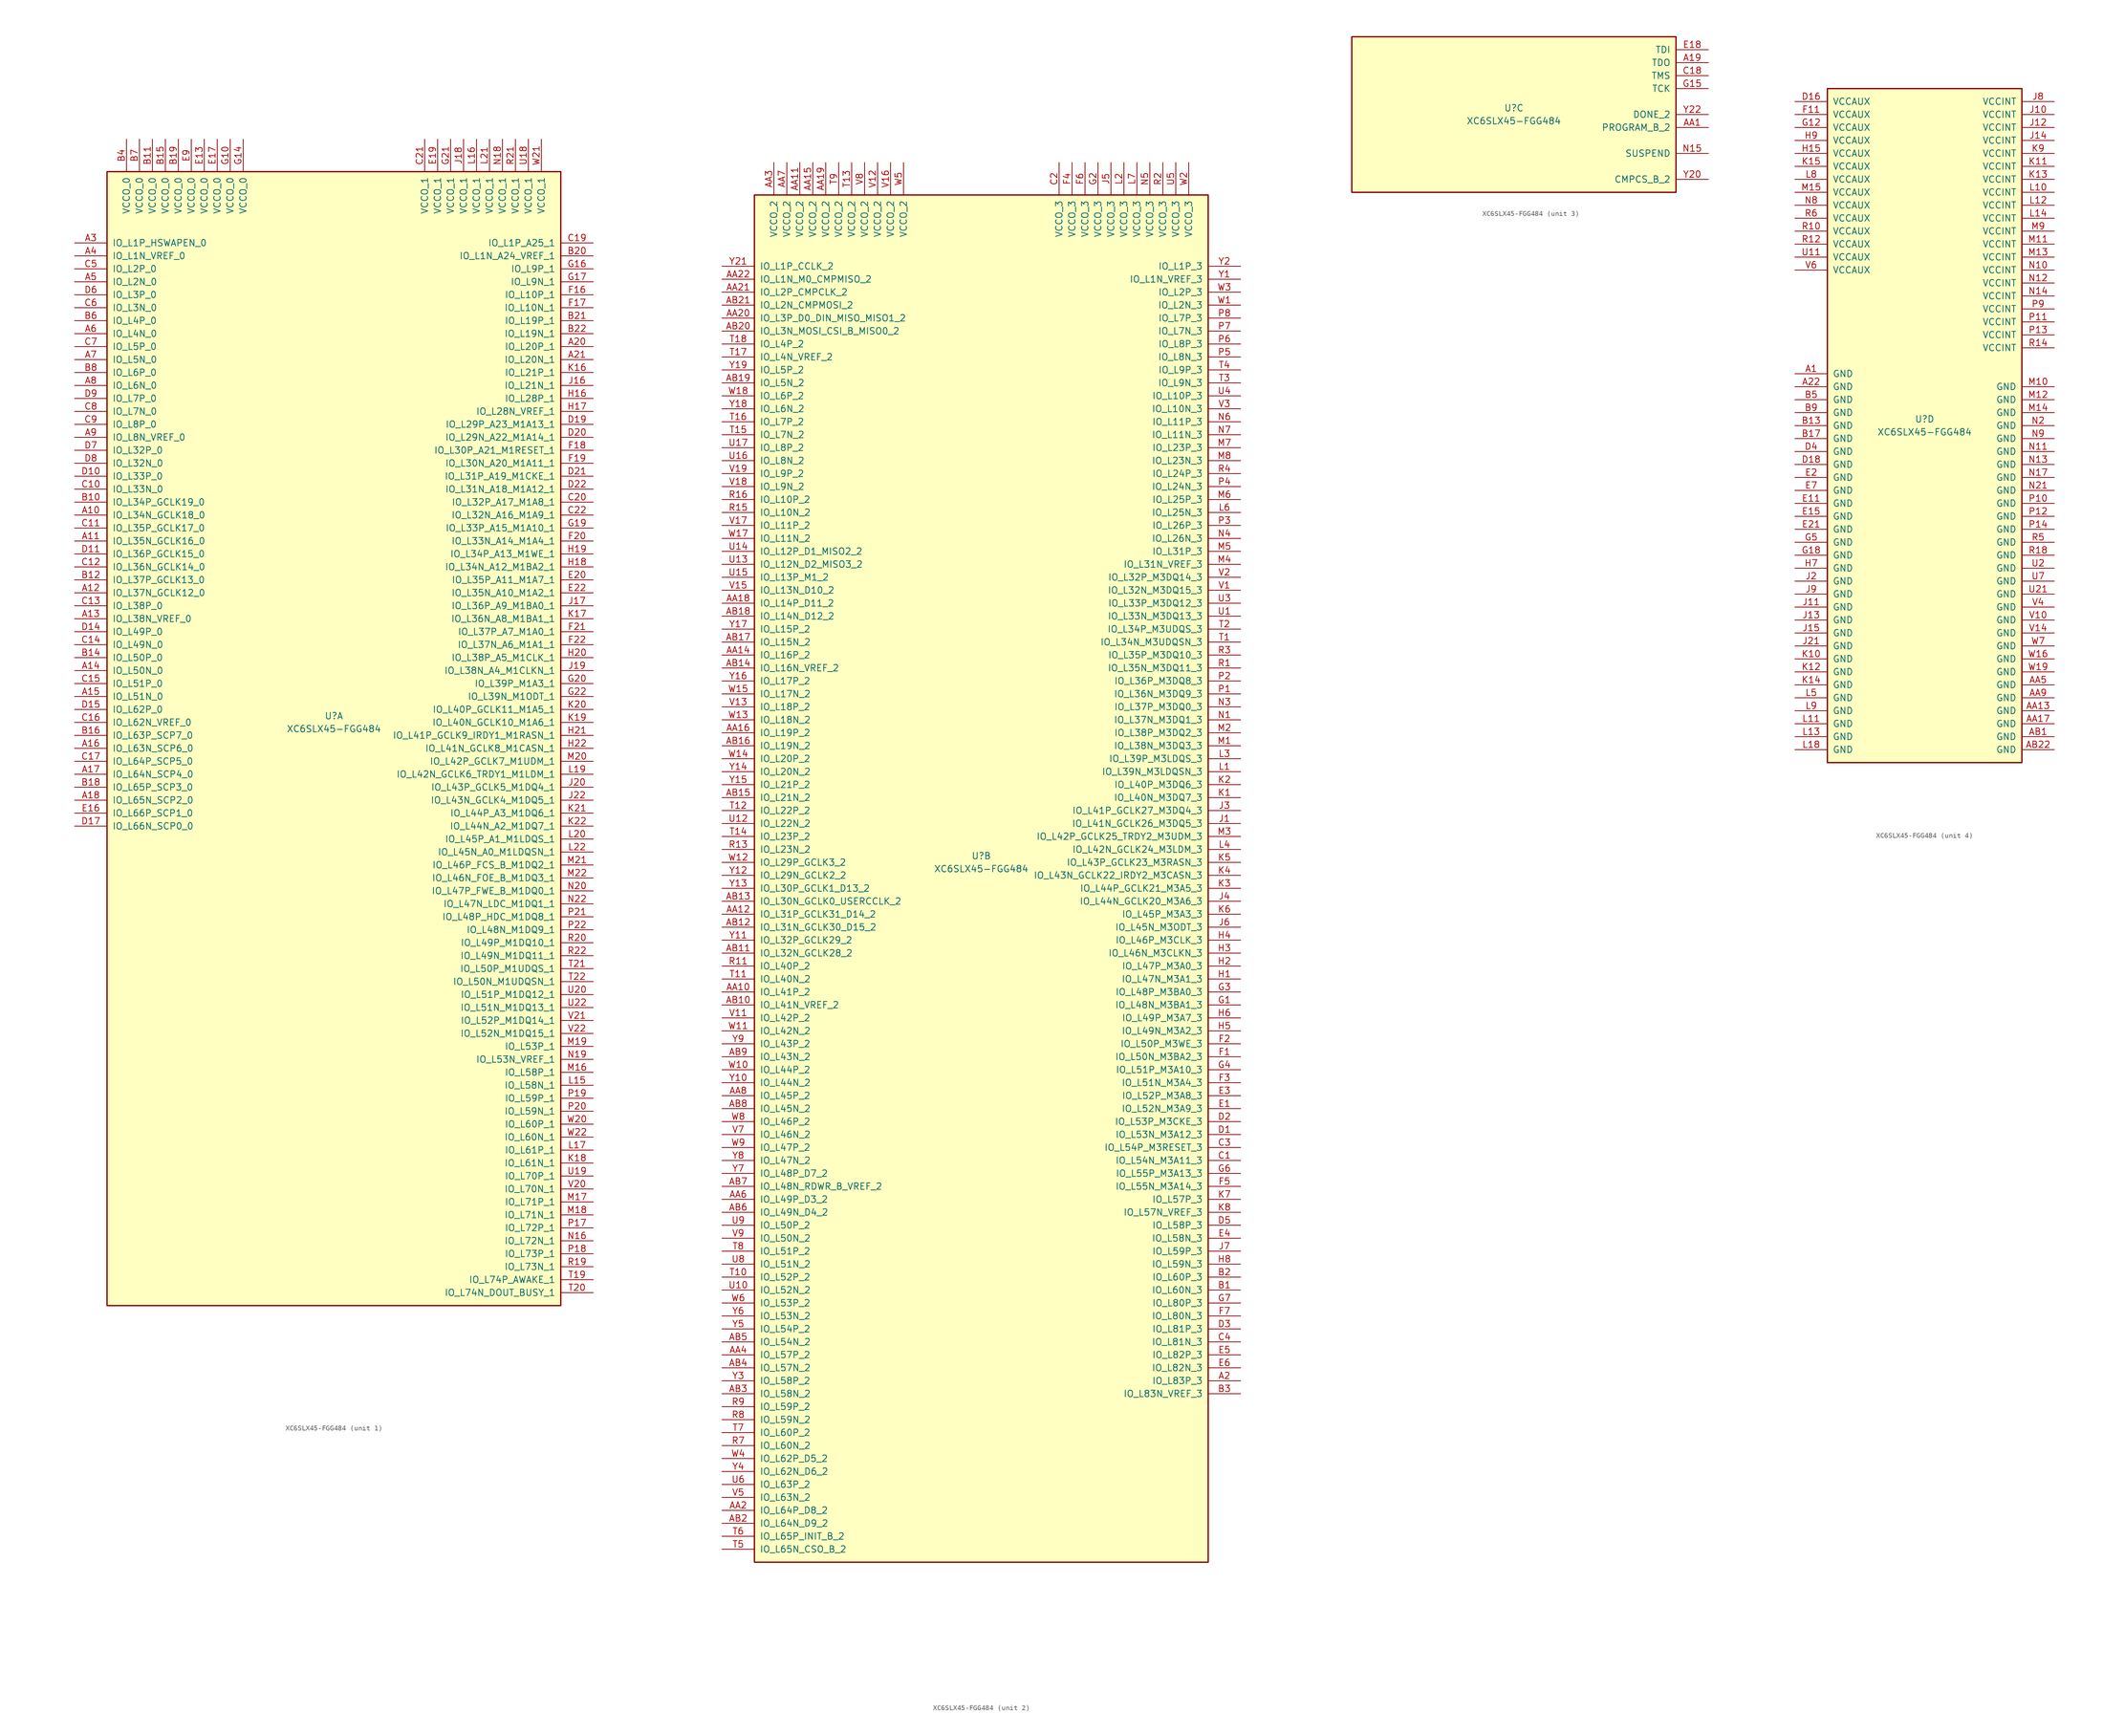
<source format=kicad_sym>
(kicad_symbol_lib
  (version 20201005)
  (generator kicad_symbol_editor)
  (symbol "FPGA_Xilinx_Spartan6:XC6SLX45-FGG484"
    (pin_names
      (offset 1.016))
    (property "Reference" "U"
      (at 0 1.27 0)
      (effects (font (size 1.27 1.27))))
    (property "Value" "XC6SLX45-FGG484"
      (at 0 -1.27 0)
      (effects (font (size 1.27 1.27))))
    (property "Datasheet" ""
      (at 0 0 0)
      (effects (font (size 1.27 1.27))))
    (property "ki_locked" ""
      (at 0 0 0)
      (effects (font (size 1.27 1.27))))
    (symbol "XC6SLX45-FGG484_1_1"
      (rectangle (start -44.45 107.95) (end 44.45 -114.3) (stroke (width 0.254)) (fill (type background)))
      (pin power_in line (at -40.64 114.3 270) (length 6.35) (name "VCCO_0" (effects (font (size 1.27 1.27)))) (number "B4" (effects (font (size 1.27 1.27)))))
      (pin power_in line (at -38.1 114.3 270) (length 6.35) (name "VCCO_0" (effects (font (size 1.27 1.27)))) (number "B7" (effects (font (size 1.27 1.27)))))
      (pin power_in line (at -35.56 114.3 270) (length 6.35) (name "VCCO_0" (effects (font (size 1.27 1.27)))) (number "B11" (effects (font (size 1.27 1.27)))))
      (pin power_in line (at -33.02 114.3 270) (length 6.35) (name "VCCO_0" (effects (font (size 1.27 1.27)))) (number "B15" (effects (font (size 1.27 1.27)))))
      (pin power_in line (at -30.48 114.3 270) (length 6.35) (name "VCCO_0" (effects (font (size 1.27 1.27)))) (number "B19" (effects (font (size 1.27 1.27)))))
      (pin power_in line (at -27.94 114.3 270) (length 6.35) (name "VCCO_0" (effects (font (size 1.27 1.27)))) (number "E9" (effects (font (size 1.27 1.27)))))
      (pin power_in line (at -25.4 114.3 270) (length 6.35) (name "VCCO_0" (effects (font (size 1.27 1.27)))) (number "E13" (effects (font (size 1.27 1.27)))))
      (pin power_in line (at -22.86 114.3 270) (length 6.35) (name "VCCO_0" (effects (font (size 1.27 1.27)))) (number "E17" (effects (font (size 1.27 1.27)))))
      (pin power_in line (at -20.32 114.3 270) (length 6.35) (name "VCCO_0" (effects (font (size 1.27 1.27)))) (number "G10" (effects (font (size 1.27 1.27)))))
      (pin power_in line (at -17.78 114.3 270) (length 6.35) (name "VCCO_0" (effects (font (size 1.27 1.27)))) (number "G14" (effects (font (size 1.27 1.27)))))
      (pin bidirectional line (at -50.8 93.98 0) (length 6.35) (name "IO_L1P_HSWAPEN_0" (effects (font (size 1.27 1.27)))) (number "A3" (effects (font (size 1.27 1.27)))))
      (pin bidirectional line (at -50.8 91.44 0) (length 6.35) (name "IO_L1N_VREF_0" (effects (font (size 1.27 1.27)))) (number "A4" (effects (font (size 1.27 1.27)))))
      (pin bidirectional line (at -50.8 88.9 0) (length 6.35) (name "IO_L2P_0" (effects (font (size 1.27 1.27)))) (number "C5" (effects (font (size 1.27 1.27)))))
      (pin bidirectional line (at -50.8 86.36 0) (length 6.35) (name "IO_L2N_0" (effects (font (size 1.27 1.27)))) (number "A5" (effects (font (size 1.27 1.27)))))
      (pin bidirectional line (at -50.8 83.82 0) (length 6.35) (name "IO_L3P_0" (effects (font (size 1.27 1.27)))) (number "D6" (effects (font (size 1.27 1.27)))))
      (pin bidirectional line (at -50.8 81.28 0) (length 6.35) (name "IO_L3N_0" (effects (font (size 1.27 1.27)))) (number "C6" (effects (font (size 1.27 1.27)))))
      (pin bidirectional line (at -50.8 78.74 0) (length 6.35) (name "IO_L4P_0" (effects (font (size 1.27 1.27)))) (number "B6" (effects (font (size 1.27 1.27)))))
      (pin bidirectional line (at -50.8 76.2 0) (length 6.35) (name "IO_L4N_0" (effects (font (size 1.27 1.27)))) (number "A6" (effects (font (size 1.27 1.27)))))
      (pin bidirectional line (at -50.8 73.66 0) (length 6.35) (name "IO_L5P_0" (effects (font (size 1.27 1.27)))) (number "C7" (effects (font (size 1.27 1.27)))))
      (pin bidirectional line (at -50.8 71.12 0) (length 6.35) (name "IO_L5N_0" (effects (font (size 1.27 1.27)))) (number "A7" (effects (font (size 1.27 1.27)))))
      (pin bidirectional line (at -50.8 68.58 0) (length 6.35) (name "IO_L6P_0" (effects (font (size 1.27 1.27)))) (number "B8" (effects (font (size 1.27 1.27)))))
      (pin bidirectional line (at -50.8 66.04 0) (length 6.35) (name "IO_L6N_0" (effects (font (size 1.27 1.27)))) (number "A8" (effects (font (size 1.27 1.27)))))
      (pin bidirectional line (at -50.8 63.5 0) (length 6.35) (name "IO_L7P_0" (effects (font (size 1.27 1.27)))) (number "D9" (effects (font (size 1.27 1.27)))))
      (pin bidirectional line (at -50.8 60.96 0) (length 6.35) (name "IO_L7N_0" (effects (font (size 1.27 1.27)))) (number "C8" (effects (font (size 1.27 1.27)))))
      (pin bidirectional line (at -50.8 58.42 0) (length 6.35) (name "IO_L8P_0" (effects (font (size 1.27 1.27)))) (number "C9" (effects (font (size 1.27 1.27)))))
      (pin bidirectional line (at -50.8 55.88 0) (length 6.35) (name "IO_L8N_VREF_0" (effects (font (size 1.27 1.27)))) (number "A9" (effects (font (size 1.27 1.27)))))
      (pin bidirectional line (at -50.8 53.34 0) (length 6.35) (name "IO_L32P_0" (effects (font (size 1.27 1.27)))) (number "D7" (effects (font (size 1.27 1.27)))))
      (pin bidirectional line (at -50.8 50.8 0) (length 6.35) (name "IO_L32N_0" (effects (font (size 1.27 1.27)))) (number "D8" (effects (font (size 1.27 1.27)))))
      (pin bidirectional line (at -50.8 48.26 0) (length 6.35) (name "IO_L33P_0" (effects (font (size 1.27 1.27)))) (number "D10" (effects (font (size 1.27 1.27)))))
      (pin bidirectional line (at -50.8 45.72 0) (length 6.35) (name "IO_L33N_0" (effects (font (size 1.27 1.27)))) (number "C10" (effects (font (size 1.27 1.27)))))
      (pin bidirectional line (at -50.8 43.18 0) (length 6.35) (name "IO_L34P_GCLK19_0" (effects (font (size 1.27 1.27)))) (number "B10" (effects (font (size 1.27 1.27)))))
      (pin bidirectional line (at -50.8 40.64 0) (length 6.35) (name "IO_L34N_GCLK18_0" (effects (font (size 1.27 1.27)))) (number "A10" (effects (font (size 1.27 1.27)))))
      (pin bidirectional line (at -50.8 38.1 0) (length 6.35) (name "IO_L35P_GCLK17_0" (effects (font (size 1.27 1.27)))) (number "C11" (effects (font (size 1.27 1.27)))))
      (pin bidirectional line (at -50.8 35.56 0) (length 6.35) (name "IO_L35N_GCLK16_0" (effects (font (size 1.27 1.27)))) (number "A11" (effects (font (size 1.27 1.27)))))
      (pin bidirectional line (at -50.8 33.02 0) (length 6.35) (name "IO_L36P_GCLK15_0" (effects (font (size 1.27 1.27)))) (number "D11" (effects (font (size 1.27 1.27)))))
      (pin bidirectional line (at -50.8 30.48 0) (length 6.35) (name "IO_L36N_GCLK14_0" (effects (font (size 1.27 1.27)))) (number "C12" (effects (font (size 1.27 1.27)))))
      (pin bidirectional line (at -50.8 27.94 0) (length 6.35) (name "IO_L37P_GCLK13_0" (effects (font (size 1.27 1.27)))) (number "B12" (effects (font (size 1.27 1.27)))))
      (pin bidirectional line (at -50.8 25.4 0) (length 6.35) (name "IO_L37N_GCLK12_0" (effects (font (size 1.27 1.27)))) (number "A12" (effects (font (size 1.27 1.27)))))
      (pin bidirectional line (at -50.8 22.86 0) (length 6.35) (name "IO_L38P_0" (effects (font (size 1.27 1.27)))) (number "C13" (effects (font (size 1.27 1.27)))))
      (pin bidirectional line (at -50.8 20.32 0) (length 6.35) (name "IO_L38N_VREF_0" (effects (font (size 1.27 1.27)))) (number "A13" (effects (font (size 1.27 1.27)))))
      (pin bidirectional line (at -50.8 17.78 0) (length 6.35) (name "IO_L49P_0" (effects (font (size 1.27 1.27)))) (number "D14" (effects (font (size 1.27 1.27)))))
      (pin bidirectional line (at -50.8 15.24 0) (length 6.35) (name "IO_L49N_0" (effects (font (size 1.27 1.27)))) (number "C14" (effects (font (size 1.27 1.27)))))
      (pin bidirectional line (at -50.8 12.7 0) (length 6.35) (name "IO_L50P_0" (effects (font (size 1.27 1.27)))) (number "B14" (effects (font (size 1.27 1.27)))))
      (pin bidirectional line (at -50.8 10.16 0) (length 6.35) (name "IO_L50N_0" (effects (font (size 1.27 1.27)))) (number "A14" (effects (font (size 1.27 1.27)))))
      (pin bidirectional line (at -50.8 7.62 0) (length 6.35) (name "IO_L51P_0" (effects (font (size 1.27 1.27)))) (number "C15" (effects (font (size 1.27 1.27)))))
      (pin bidirectional line (at -50.8 5.08 0) (length 6.35) (name "IO_L51N_0" (effects (font (size 1.27 1.27)))) (number "A15" (effects (font (size 1.27 1.27)))))
      (pin bidirectional line (at -50.8 2.54 0) (length 6.35) (name "IO_L62P_0" (effects (font (size 1.27 1.27)))) (number "D15" (effects (font (size 1.27 1.27)))))
      (pin bidirectional line (at -50.8 0 0) (length 6.35) (name "IO_L62N_VREF_0" (effects (font (size 1.27 1.27)))) (number "C16" (effects (font (size 1.27 1.27)))))
      (pin bidirectional line (at -50.8 -2.54 0) (length 6.35) (name "IO_L63P_SCP7_0" (effects (font (size 1.27 1.27)))) (number "B16" (effects (font (size 1.27 1.27)))))
      (pin bidirectional line (at -50.8 -5.08 0) (length 6.35) (name "IO_L63N_SCP6_0" (effects (font (size 1.27 1.27)))) (number "A16" (effects (font (size 1.27 1.27)))))
      (pin bidirectional line (at -50.8 -7.62 0) (length 6.35) (name "IO_L64P_SCP5_0" (effects (font (size 1.27 1.27)))) (number "C17" (effects (font (size 1.27 1.27)))))
      (pin bidirectional line (at -50.8 -10.16 0) (length 6.35) (name "IO_L64N_SCP4_0" (effects (font (size 1.27 1.27)))) (number "A17" (effects (font (size 1.27 1.27)))))
      (pin bidirectional line (at -50.8 -12.7 0) (length 6.35) (name "IO_L65P_SCP3_0" (effects (font (size 1.27 1.27)))) (number "B18" (effects (font (size 1.27 1.27)))))
      (pin bidirectional line (at -50.8 -15.24 0) (length 6.35) (name "IO_L65N_SCP2_0" (effects (font (size 1.27 1.27)))) (number "A18" (effects (font (size 1.27 1.27)))))
      (pin bidirectional line (at -50.8 -17.78 0) (length 6.35) (name "IO_L66P_SCP1_0" (effects (font (size 1.27 1.27)))) (number "E16" (effects (font (size 1.27 1.27)))))
      (pin bidirectional line (at -50.8 -20.32 0) (length 6.35) (name "IO_L66N_SCP0_0" (effects (font (size 1.27 1.27)))) (number "D17" (effects (font (size 1.27 1.27)))))
      (pin power_in line (at 17.78 114.3 270) (length 6.35) (name "VCCO_1" (effects (font (size 1.27 1.27)))) (number "C21" (effects (font (size 1.27 1.27)))))
      (pin power_in line (at 20.32 114.3 270) (length 6.35) (name "VCCO_1" (effects (font (size 1.27 1.27)))) (number "E19" (effects (font (size 1.27 1.27)))))
      (pin power_in line (at 22.86 114.3 270) (length 6.35) (name "VCCO_1" (effects (font (size 1.27 1.27)))) (number "G21" (effects (font (size 1.27 1.27)))))
      (pin power_in line (at 25.4 114.3 270) (length 6.35) (name "VCCO_1" (effects (font (size 1.27 1.27)))) (number "J18" (effects (font (size 1.27 1.27)))))
      (pin power_in line (at 27.94 114.3 270) (length 6.35) (name "VCCO_1" (effects (font (size 1.27 1.27)))) (number "L16" (effects (font (size 1.27 1.27)))))
      (pin power_in line (at 30.48 114.3 270) (length 6.35) (name "VCCO_1" (effects (font (size 1.27 1.27)))) (number "L21" (effects (font (size 1.27 1.27)))))
      (pin power_in line (at 33.02 114.3 270) (length 6.35) (name "VCCO_1" (effects (font (size 1.27 1.27)))) (number "N18" (effects (font (size 1.27 1.27)))))
      (pin power_in line (at 35.56 114.3 270) (length 6.35) (name "VCCO_1" (effects (font (size 1.27 1.27)))) (number "R21" (effects (font (size 1.27 1.27)))))
      (pin power_in line (at 38.1 114.3 270) (length 6.35) (name "VCCO_1" (effects (font (size 1.27 1.27)))) (number "U18" (effects (font (size 1.27 1.27)))))
      (pin power_in line (at 40.64 114.3 270) (length 6.35) (name "VCCO_1" (effects (font (size 1.27 1.27)))) (number "W21" (effects (font (size 1.27 1.27)))))
      (pin bidirectional line (at 50.8 93.98 180) (length 6.35) (name "IO_L1P_A25_1" (effects (font (size 1.27 1.27)))) (number "C19" (effects (font (size 1.27 1.27)))))
      (pin bidirectional line (at 50.8 91.44 180) (length 6.35) (name "IO_L1N_A24_VREF_1" (effects (font (size 1.27 1.27)))) (number "B20" (effects (font (size 1.27 1.27)))))
      (pin bidirectional line (at 50.8 88.9 180) (length 6.35) (name "IO_L9P_1" (effects (font (size 1.27 1.27)))) (number "G16" (effects (font (size 1.27 1.27)))))
      (pin bidirectional line (at 50.8 86.36 180) (length 6.35) (name "IO_L9N_1" (effects (font (size 1.27 1.27)))) (number "G17" (effects (font (size 1.27 1.27)))))
      (pin bidirectional line (at 50.8 83.82 180) (length 6.35) (name "IO_L10P_1" (effects (font (size 1.27 1.27)))) (number "F16" (effects (font (size 1.27 1.27)))))
      (pin bidirectional line (at 50.8 81.28 180) (length 6.35) (name "IO_L10N_1" (effects (font (size 1.27 1.27)))) (number "F17" (effects (font (size 1.27 1.27)))))
      (pin bidirectional line (at 50.8 78.74 180) (length 6.35) (name "IO_L19P_1" (effects (font (size 1.27 1.27)))) (number "B21" (effects (font (size 1.27 1.27)))))
      (pin bidirectional line (at 50.8 76.2 180) (length 6.35) (name "IO_L19N_1" (effects (font (size 1.27 1.27)))) (number "B22" (effects (font (size 1.27 1.27)))))
      (pin bidirectional line (at 50.8 73.66 180) (length 6.35) (name "IO_L20P_1" (effects (font (size 1.27 1.27)))) (number "A20" (effects (font (size 1.27 1.27)))))
      (pin bidirectional line (at 50.8 71.12 180) (length 6.35) (name "IO_L20N_1" (effects (font (size 1.27 1.27)))) (number "A21" (effects (font (size 1.27 1.27)))))
      (pin bidirectional line (at 50.8 68.58 180) (length 6.35) (name "IO_L21P_1" (effects (font (size 1.27 1.27)))) (number "K16" (effects (font (size 1.27 1.27)))))
      (pin bidirectional line (at 50.8 66.04 180) (length 6.35) (name "IO_L21N_1" (effects (font (size 1.27 1.27)))) (number "J16" (effects (font (size 1.27 1.27)))))
      (pin bidirectional line (at 50.8 63.5 180) (length 6.35) (name "IO_L28P_1" (effects (font (size 1.27 1.27)))) (number "H16" (effects (font (size 1.27 1.27)))))
      (pin bidirectional line (at 50.8 60.96 180) (length 6.35) (name "IO_L28N_VREF_1" (effects (font (size 1.27 1.27)))) (number "H17" (effects (font (size 1.27 1.27)))))
      (pin bidirectional line (at 50.8 58.42 180) (length 6.35) (name "IO_L29P_A23_M1A13_1" (effects (font (size 1.27 1.27)))) (number "D19" (effects (font (size 1.27 1.27)))))
      (pin bidirectional line (at 50.8 55.88 180) (length 6.35) (name "IO_L29N_A22_M1A14_1" (effects (font (size 1.27 1.27)))) (number "D20" (effects (font (size 1.27 1.27)))))
      (pin bidirectional line (at 50.8 53.34 180) (length 6.35) (name "IO_L30P_A21_M1RESET_1" (effects (font (size 1.27 1.27)))) (number "F18" (effects (font (size 1.27 1.27)))))
      (pin bidirectional line (at 50.8 50.8 180) (length 6.35) (name "IO_L30N_A20_M1A11_1" (effects (font (size 1.27 1.27)))) (number "F19" (effects (font (size 1.27 1.27)))))
      (pin bidirectional line (at 50.8 48.26 180) (length 6.35) (name "IO_L31P_A19_M1CKE_1" (effects (font (size 1.27 1.27)))) (number "D21" (effects (font (size 1.27 1.27)))))
      (pin bidirectional line (at 50.8 45.72 180) (length 6.35) (name "IO_L31N_A18_M1A12_1" (effects (font (size 1.27 1.27)))) (number "D22" (effects (font (size 1.27 1.27)))))
      (pin bidirectional line (at 50.8 43.18 180) (length 6.35) (name "IO_L32P_A17_M1A8_1" (effects (font (size 1.27 1.27)))) (number "C20" (effects (font (size 1.27 1.27)))))
      (pin bidirectional line (at 50.8 40.64 180) (length 6.35) (name "IO_L32N_A16_M1A9_1" (effects (font (size 1.27 1.27)))) (number "C22" (effects (font (size 1.27 1.27)))))
      (pin bidirectional line (at 50.8 38.1 180) (length 6.35) (name "IO_L33P_A15_M1A10_1" (effects (font (size 1.27 1.27)))) (number "G19" (effects (font (size 1.27 1.27)))))
      (pin bidirectional line (at 50.8 35.56 180) (length 6.35) (name "IO_L33N_A14_M1A4_1" (effects (font (size 1.27 1.27)))) (number "F20" (effects (font (size 1.27 1.27)))))
      (pin bidirectional line (at 50.8 33.02 180) (length 6.35) (name "IO_L34P_A13_M1WE_1" (effects (font (size 1.27 1.27)))) (number "H19" (effects (font (size 1.27 1.27)))))
      (pin bidirectional line (at 50.8 30.48 180) (length 6.35) (name "IO_L34N_A12_M1BA2_1" (effects (font (size 1.27 1.27)))) (number "H18" (effects (font (size 1.27 1.27)))))
      (pin bidirectional line (at 50.8 27.94 180) (length 6.35) (name "IO_L35P_A11_M1A7_1" (effects (font (size 1.27 1.27)))) (number "E20" (effects (font (size 1.27 1.27)))))
      (pin bidirectional line (at 50.8 25.4 180) (length 6.35) (name "IO_L35N_A10_M1A2_1" (effects (font (size 1.27 1.27)))) (number "E22" (effects (font (size 1.27 1.27)))))
      (pin bidirectional line (at 50.8 22.86 180) (length 6.35) (name "IO_L36P_A9_M1BA0_1" (effects (font (size 1.27 1.27)))) (number "J17" (effects (font (size 1.27 1.27)))))
      (pin bidirectional line (at 50.8 20.32 180) (length 6.35) (name "IO_L36N_A8_M1BA1_1" (effects (font (size 1.27 1.27)))) (number "K17" (effects (font (size 1.27 1.27)))))
      (pin bidirectional line (at 50.8 17.78 180) (length 6.35) (name "IO_L37P_A7_M1A0_1" (effects (font (size 1.27 1.27)))) (number "F21" (effects (font (size 1.27 1.27)))))
      (pin bidirectional line (at 50.8 15.24 180) (length 6.35) (name "IO_L37N_A6_M1A1_1" (effects (font (size 1.27 1.27)))) (number "F22" (effects (font (size 1.27 1.27)))))
      (pin bidirectional line (at 50.8 12.7 180) (length 6.35) (name "IO_L38P_A5_M1CLK_1" (effects (font (size 1.27 1.27)))) (number "H20" (effects (font (size 1.27 1.27)))))
      (pin bidirectional line (at 50.8 10.16 180) (length 6.35) (name "IO_L38N_A4_M1CLKN_1" (effects (font (size 1.27 1.27)))) (number "J19" (effects (font (size 1.27 1.27)))))
      (pin bidirectional line (at 50.8 7.62 180) (length 6.35) (name "IO_L39P_M1A3_1" (effects (font (size 1.27 1.27)))) (number "G20" (effects (font (size 1.27 1.27)))))
      (pin bidirectional line (at 50.8 5.08 180) (length 6.35) (name "IO_L39N_M1ODT_1" (effects (font (size 1.27 1.27)))) (number "G22" (effects (font (size 1.27 1.27)))))
      (pin bidirectional line (at 50.8 2.54 180) (length 6.35) (name "IO_L40P_GCLK11_M1A5_1" (effects (font (size 1.27 1.27)))) (number "K20" (effects (font (size 1.27 1.27)))))
      (pin bidirectional line (at 50.8 0 180) (length 6.35) (name "IO_L40N_GCLK10_M1A6_1" (effects (font (size 1.27 1.27)))) (number "K19" (effects (font (size 1.27 1.27)))))
      (pin bidirectional line (at 50.8 -2.54 180) (length 6.35) (name "IO_L41P_GCLK9_IRDY1_M1RASN_1" (effects (font (size 1.27 1.27)))) (number "H21" (effects (font (size 1.27 1.27)))))
      (pin bidirectional line (at 50.8 -5.08 180) (length 6.35) (name "IO_L41N_GCLK8_M1CASN_1" (effects (font (size 1.27 1.27)))) (number "H22" (effects (font (size 1.27 1.27)))))
      (pin bidirectional line (at 50.8 -7.62 180) (length 6.35) (name "IO_L42P_GCLK7_M1UDM_1" (effects (font (size 1.27 1.27)))) (number "M20" (effects (font (size 1.27 1.27)))))
      (pin bidirectional line (at 50.8 -10.16 180) (length 6.35) (name "IO_L42N_GCLK6_TRDY1_M1LDM_1" (effects (font (size 1.27 1.27)))) (number "L19" (effects (font (size 1.27 1.27)))))
      (pin bidirectional line (at 50.8 -12.7 180) (length 6.35) (name "IO_L43P_GCLK5_M1DQ4_1" (effects (font (size 1.27 1.27)))) (number "J20" (effects (font (size 1.27 1.27)))))
      (pin bidirectional line (at 50.8 -15.24 180) (length 6.35) (name "IO_L43N_GCLK4_M1DQ5_1" (effects (font (size 1.27 1.27)))) (number "J22" (effects (font (size 1.27 1.27)))))
      (pin bidirectional line (at 50.8 -17.78 180) (length 6.35) (name "IO_L44P_A3_M1DQ6_1" (effects (font (size 1.27 1.27)))) (number "K21" (effects (font (size 1.27 1.27)))))
      (pin bidirectional line (at 50.8 -20.32 180) (length 6.35) (name "IO_L44N_A2_M1DQ7_1" (effects (font (size 1.27 1.27)))) (number "K22" (effects (font (size 1.27 1.27)))))
      (pin bidirectional line (at 50.8 -22.86 180) (length 6.35) (name "IO_L45P_A1_M1LDQS_1" (effects (font (size 1.27 1.27)))) (number "L20" (effects (font (size 1.27 1.27)))))
      (pin bidirectional line (at 50.8 -25.4 180) (length 6.35) (name "IO_L45N_A0_M1LDQSN_1" (effects (font (size 1.27 1.27)))) (number "L22" (effects (font (size 1.27 1.27)))))
      (pin bidirectional line (at 50.8 -27.94 180) (length 6.35) (name "IO_L46P_FCS_B_M1DQ2_1" (effects (font (size 1.27 1.27)))) (number "M21" (effects (font (size 1.27 1.27)))))
      (pin bidirectional line (at 50.8 -30.48 180) (length 6.35) (name "IO_L46N_FOE_B_M1DQ3_1" (effects (font (size 1.27 1.27)))) (number "M22" (effects (font (size 1.27 1.27)))))
      (pin bidirectional line (at 50.8 -33.02 180) (length 6.35) (name "IO_L47P_FWE_B_M1DQ0_1" (effects (font (size 1.27 1.27)))) (number "N20" (effects (font (size 1.27 1.27)))))
      (pin bidirectional line (at 50.8 -35.56 180) (length 6.35) (name "IO_L47N_LDC_M1DQ1_1" (effects (font (size 1.27 1.27)))) (number "N22" (effects (font (size 1.27 1.27)))))
      (pin bidirectional line (at 50.8 -38.1 180) (length 6.35) (name "IO_L48P_HDC_M1DQ8_1" (effects (font (size 1.27 1.27)))) (number "P21" (effects (font (size 1.27 1.27)))))
      (pin bidirectional line (at 50.8 -40.64 180) (length 6.35) (name "IO_L48N_M1DQ9_1" (effects (font (size 1.27 1.27)))) (number "P22" (effects (font (size 1.27 1.27)))))
      (pin bidirectional line (at 50.8 -43.18 180) (length 6.35) (name "IO_L49P_M1DQ10_1" (effects (font (size 1.27 1.27)))) (number "R20" (effects (font (size 1.27 1.27)))))
      (pin bidirectional line (at 50.8 -45.72 180) (length 6.35) (name "IO_L49N_M1DQ11_1" (effects (font (size 1.27 1.27)))) (number "R22" (effects (font (size 1.27 1.27)))))
      (pin bidirectional line (at 50.8 -48.26 180) (length 6.35) (name "IO_L50P_M1UDQS_1" (effects (font (size 1.27 1.27)))) (number "T21" (effects (font (size 1.27 1.27)))))
      (pin bidirectional line (at 50.8 -50.8 180) (length 6.35) (name "IO_L50N_M1UDQSN_1" (effects (font (size 1.27 1.27)))) (number "T22" (effects (font (size 1.27 1.27)))))
      (pin bidirectional line (at 50.8 -53.34 180) (length 6.35) (name "IO_L51P_M1DQ12_1" (effects (font (size 1.27 1.27)))) (number "U20" (effects (font (size 1.27 1.27)))))
      (pin bidirectional line (at 50.8 -55.88 180) (length 6.35) (name "IO_L51N_M1DQ13_1" (effects (font (size 1.27 1.27)))) (number "U22" (effects (font (size 1.27 1.27)))))
      (pin bidirectional line (at 50.8 -58.42 180) (length 6.35) (name "IO_L52P_M1DQ14_1" (effects (font (size 1.27 1.27)))) (number "V21" (effects (font (size 1.27 1.27)))))
      (pin bidirectional line (at 50.8 -60.96 180) (length 6.35) (name "IO_L52N_M1DQ15_1" (effects (font (size 1.27 1.27)))) (number "V22" (effects (font (size 1.27 1.27)))))
      (pin bidirectional line (at 50.8 -63.5 180) (length 6.35) (name "IO_L53P_1" (effects (font (size 1.27 1.27)))) (number "M19" (effects (font (size 1.27 1.27)))))
      (pin bidirectional line (at 50.8 -66.04 180) (length 6.35) (name "IO_L53N_VREF_1" (effects (font (size 1.27 1.27)))) (number "N19" (effects (font (size 1.27 1.27)))))
      (pin bidirectional line (at 50.8 -68.58 180) (length 6.35) (name "IO_L58P_1" (effects (font (size 1.27 1.27)))) (number "M16" (effects (font (size 1.27 1.27)))))
      (pin bidirectional line (at 50.8 -71.12 180) (length 6.35) (name "IO_L58N_1" (effects (font (size 1.27 1.27)))) (number "L15" (effects (font (size 1.27 1.27)))))
      (pin bidirectional line (at 50.8 -73.66 180) (length 6.35) (name "IO_L59P_1" (effects (font (size 1.27 1.27)))) (number "P19" (effects (font (size 1.27 1.27)))))
      (pin bidirectional line (at 50.8 -76.2 180) (length 6.35) (name "IO_L59N_1" (effects (font (size 1.27 1.27)))) (number "P20" (effects (font (size 1.27 1.27)))))
      (pin bidirectional line (at 50.8 -78.74 180) (length 6.35) (name "IO_L60P_1" (effects (font (size 1.27 1.27)))) (number "W20" (effects (font (size 1.27 1.27)))))
      (pin bidirectional line (at 50.8 -81.28 180) (length 6.35) (name "IO_L60N_1" (effects (font (size 1.27 1.27)))) (number "W22" (effects (font (size 1.27 1.27)))))
      (pin bidirectional line (at 50.8 -83.82 180) (length 6.35) (name "IO_L61P_1" (effects (font (size 1.27 1.27)))) (number "L17" (effects (font (size 1.27 1.27)))))
      (pin bidirectional line (at 50.8 -86.36 180) (length 6.35) (name "IO_L61N_1" (effects (font (size 1.27 1.27)))) (number "K18" (effects (font (size 1.27 1.27)))))
      (pin bidirectional line (at 50.8 -88.9 180) (length 6.35) (name "IO_L70P_1" (effects (font (size 1.27 1.27)))) (number "U19" (effects (font (size 1.27 1.27)))))
      (pin bidirectional line (at 50.8 -91.44 180) (length 6.35) (name "IO_L70N_1" (effects (font (size 1.27 1.27)))) (number "V20" (effects (font (size 1.27 1.27)))))
      (pin bidirectional line (at 50.8 -93.98 180) (length 6.35) (name "IO_L71P_1" (effects (font (size 1.27 1.27)))) (number "M17" (effects (font (size 1.27 1.27)))))
      (pin bidirectional line (at 50.8 -96.52 180) (length 6.35) (name "IO_L71N_1" (effects (font (size 1.27 1.27)))) (number "M18" (effects (font (size 1.27 1.27)))))
      (pin bidirectional line (at 50.8 -99.06 180) (length 6.35) (name "IO_L72P_1" (effects (font (size 1.27 1.27)))) (number "P17" (effects (font (size 1.27 1.27)))))
      (pin bidirectional line (at 50.8 -101.6 180) (length 6.35) (name "IO_L72N_1" (effects (font (size 1.27 1.27)))) (number "N16" (effects (font (size 1.27 1.27)))))
      (pin bidirectional line (at 50.8 -104.14 180) (length 6.35) (name "IO_L73P_1" (effects (font (size 1.27 1.27)))) (number "P18" (effects (font (size 1.27 1.27)))))
      (pin bidirectional line (at 50.8 -106.68 180) (length 6.35) (name "IO_L73N_1" (effects (font (size 1.27 1.27)))) (number "R19" (effects (font (size 1.27 1.27)))))
      (pin bidirectional line (at 50.8 -109.22 180) (length 6.35) (name "IO_L74P_AWAKE_1" (effects (font (size 1.27 1.27)))) (number "T19" (effects (font (size 1.27 1.27)))))
      (pin bidirectional line (at 50.8 -111.76 180) (length 6.35) (name "IO_L74N_DOUT_BUSY_1" (effects (font (size 1.27 1.27)))) (number "T20" (effects (font (size 1.27 1.27))))))
    (symbol "XC6SLX45-FGG484_2_1"
      (rectangle (start -44.45 130.81) (end 44.45 -137.16) (stroke (width 0.254)) (fill (type background)))
      (pin power_in line (at -40.64 137.16 270) (length 6.35) (name "VCCO_2" (effects (font (size 1.27 1.27)))) (number "AA3" (effects (font (size 1.27 1.27)))))
      (pin power_in line (at -38.1 137.16 270) (length 6.35) (name "VCCO_2" (effects (font (size 1.27 1.27)))) (number "AA7" (effects (font (size 1.27 1.27)))))
      (pin power_in line (at -35.56 137.16 270) (length 6.35) (name "VCCO_2" (effects (font (size 1.27 1.27)))) (number "AA11" (effects (font (size 1.27 1.27)))))
      (pin power_in line (at -33.02 137.16 270) (length 6.35) (name "VCCO_2" (effects (font (size 1.27 1.27)))) (number "AA15" (effects (font (size 1.27 1.27)))))
      (pin power_in line (at -30.48 137.16 270) (length 6.35) (name "VCCO_2" (effects (font (size 1.27 1.27)))) (number "AA19" (effects (font (size 1.27 1.27)))))
      (pin power_in line (at -27.94 137.16 270) (length 6.35) (name "VCCO_2" (effects (font (size 1.27 1.27)))) (number "T9" (effects (font (size 1.27 1.27)))))
      (pin power_in line (at -25.4 137.16 270) (length 6.35) (name "VCCO_2" (effects (font (size 1.27 1.27)))) (number "T13" (effects (font (size 1.27 1.27)))))
      (pin power_in line (at -22.86 137.16 270) (length 6.35) (name "VCCO_2" (effects (font (size 1.27 1.27)))) (number "V8" (effects (font (size 1.27 1.27)))))
      (pin power_in line (at -20.32 137.16 270) (length 6.35) (name "VCCO_2" (effects (font (size 1.27 1.27)))) (number "V12" (effects (font (size 1.27 1.27)))))
      (pin power_in line (at -17.78 137.16 270) (length 6.35) (name "VCCO_2" (effects (font (size 1.27 1.27)))) (number "V16" (effects (font (size 1.27 1.27)))))
      (pin power_in line (at -15.24 137.16 270) (length 6.35) (name "VCCO_2" (effects (font (size 1.27 1.27)))) (number "W5" (effects (font (size 1.27 1.27)))))
      (pin bidirectional line (at -50.8 116.84 0) (length 6.35) (name "IO_L1P_CCLK_2" (effects (font (size 1.27 1.27)))) (number "Y21" (effects (font (size 1.27 1.27)))))
      (pin bidirectional line (at -50.8 114.3 0) (length 6.35) (name "IO_L1N_M0_CMPMISO_2" (effects (font (size 1.27 1.27)))) (number "AA22" (effects (font (size 1.27 1.27)))))
      (pin bidirectional line (at -50.8 111.76 0) (length 6.35) (name "IO_L2P_CMPCLK_2" (effects (font (size 1.27 1.27)))) (number "AA21" (effects (font (size 1.27 1.27)))))
      (pin bidirectional line (at -50.8 109.22 0) (length 6.35) (name "IO_L2N_CMPMOSI_2" (effects (font (size 1.27 1.27)))) (number "AB21" (effects (font (size 1.27 1.27)))))
      (pin bidirectional line (at -50.8 106.68 0) (length 6.35) (name "IO_L3P_D0_DIN_MISO_MISO1_2" (effects (font (size 1.27 1.27)))) (number "AA20" (effects (font (size 1.27 1.27)))))
      (pin bidirectional line (at -50.8 104.14 0) (length 6.35) (name "IO_L3N_MOSI_CSI_B_MISO0_2" (effects (font (size 1.27 1.27)))) (number "AB20" (effects (font (size 1.27 1.27)))))
      (pin bidirectional line (at -50.8 101.6 0) (length 6.35) (name "IO_L4P_2" (effects (font (size 1.27 1.27)))) (number "T18" (effects (font (size 1.27 1.27)))))
      (pin bidirectional line (at -50.8 99.06 0) (length 6.35) (name "IO_L4N_VREF_2" (effects (font (size 1.27 1.27)))) (number "T17" (effects (font (size 1.27 1.27)))))
      (pin bidirectional line (at -50.8 96.52 0) (length 6.35) (name "IO_L5P_2" (effects (font (size 1.27 1.27)))) (number "Y19" (effects (font (size 1.27 1.27)))))
      (pin bidirectional line (at -50.8 93.98 0) (length 6.35) (name "IO_L5N_2" (effects (font (size 1.27 1.27)))) (number "AB19" (effects (font (size 1.27 1.27)))))
      (pin bidirectional line (at -50.8 91.44 0) (length 6.35) (name "IO_L6P_2" (effects (font (size 1.27 1.27)))) (number "W18" (effects (font (size 1.27 1.27)))))
      (pin bidirectional line (at -50.8 88.9 0) (length 6.35) (name "IO_L6N_2" (effects (font (size 1.27 1.27)))) (number "Y18" (effects (font (size 1.27 1.27)))))
      (pin bidirectional line (at -50.8 86.36 0) (length 6.35) (name "IO_L7P_2" (effects (font (size 1.27 1.27)))) (number "T16" (effects (font (size 1.27 1.27)))))
      (pin bidirectional line (at -50.8 83.82 0) (length 6.35) (name "IO_L7N_2" (effects (font (size 1.27 1.27)))) (number "T15" (effects (font (size 1.27 1.27)))))
      (pin bidirectional line (at -50.8 81.28 0) (length 6.35) (name "IO_L8P_2" (effects (font (size 1.27 1.27)))) (number "U17" (effects (font (size 1.27 1.27)))))
      (pin bidirectional line (at -50.8 78.74 0) (length 6.35) (name "IO_L8N_2" (effects (font (size 1.27 1.27)))) (number "U16" (effects (font (size 1.27 1.27)))))
      (pin bidirectional line (at -50.8 76.2 0) (length 6.35) (name "IO_L9P_2" (effects (font (size 1.27 1.27)))) (number "V19" (effects (font (size 1.27 1.27)))))
      (pin bidirectional line (at -50.8 73.66 0) (length 6.35) (name "IO_L9N_2" (effects (font (size 1.27 1.27)))) (number "V18" (effects (font (size 1.27 1.27)))))
      (pin bidirectional line (at -50.8 71.12 0) (length 6.35) (name "IO_L10P_2" (effects (font (size 1.27 1.27)))) (number "R16" (effects (font (size 1.27 1.27)))))
      (pin bidirectional line (at -50.8 68.58 0) (length 6.35) (name "IO_L10N_2" (effects (font (size 1.27 1.27)))) (number "R15" (effects (font (size 1.27 1.27)))))
      (pin bidirectional line (at -50.8 66.04 0) (length 6.35) (name "IO_L11P_2" (effects (font (size 1.27 1.27)))) (number "V17" (effects (font (size 1.27 1.27)))))
      (pin bidirectional line (at -50.8 63.5 0) (length 6.35) (name "IO_L11N_2" (effects (font (size 1.27 1.27)))) (number "W17" (effects (font (size 1.27 1.27)))))
      (pin bidirectional line (at -50.8 60.96 0) (length 6.35) (name "IO_L12P_D1_MISO2_2" (effects (font (size 1.27 1.27)))) (number "U14" (effects (font (size 1.27 1.27)))))
      (pin bidirectional line (at -50.8 58.42 0) (length 6.35) (name "IO_L12N_D2_MISO3_2" (effects (font (size 1.27 1.27)))) (number "U13" (effects (font (size 1.27 1.27)))))
      (pin bidirectional line (at -50.8 55.88 0) (length 6.35) (name "IO_L13P_M1_2" (effects (font (size 1.27 1.27)))) (number "U15" (effects (font (size 1.27 1.27)))))
      (pin bidirectional line (at -50.8 53.34 0) (length 6.35) (name "IO_L13N_D10_2" (effects (font (size 1.27 1.27)))) (number "V15" (effects (font (size 1.27 1.27)))))
      (pin bidirectional line (at -50.8 50.8 0) (length 6.35) (name "IO_L14P_D11_2" (effects (font (size 1.27 1.27)))) (number "AA18" (effects (font (size 1.27 1.27)))))
      (pin bidirectional line (at -50.8 48.26 0) (length 6.35) (name "IO_L14N_D12_2" (effects (font (size 1.27 1.27)))) (number "AB18" (effects (font (size 1.27 1.27)))))
      (pin bidirectional line (at -50.8 45.72 0) (length 6.35) (name "IO_L15P_2" (effects (font (size 1.27 1.27)))) (number "Y17" (effects (font (size 1.27 1.27)))))
      (pin bidirectional line (at -50.8 43.18 0) (length 6.35) (name "IO_L15N_2" (effects (font (size 1.27 1.27)))) (number "AB17" (effects (font (size 1.27 1.27)))))
      (pin bidirectional line (at -50.8 40.64 0) (length 6.35) (name "IO_L16P_2" (effects (font (size 1.27 1.27)))) (number "AA14" (effects (font (size 1.27 1.27)))))
      (pin bidirectional line (at -50.8 38.1 0) (length 6.35) (name "IO_L16N_VREF_2" (effects (font (size 1.27 1.27)))) (number "AB14" (effects (font (size 1.27 1.27)))))
      (pin bidirectional line (at -50.8 35.56 0) (length 6.35) (name "IO_L17P_2" (effects (font (size 1.27 1.27)))) (number "Y16" (effects (font (size 1.27 1.27)))))
      (pin bidirectional line (at -50.8 33.02 0) (length 6.35) (name "IO_L17N_2" (effects (font (size 1.27 1.27)))) (number "W15" (effects (font (size 1.27 1.27)))))
      (pin bidirectional line (at -50.8 30.48 0) (length 6.35) (name "IO_L18P_2" (effects (font (size 1.27 1.27)))) (number "V13" (effects (font (size 1.27 1.27)))))
      (pin bidirectional line (at -50.8 27.94 0) (length 6.35) (name "IO_L18N_2" (effects (font (size 1.27 1.27)))) (number "W13" (effects (font (size 1.27 1.27)))))
      (pin bidirectional line (at -50.8 25.4 0) (length 6.35) (name "IO_L19P_2" (effects (font (size 1.27 1.27)))) (number "AA16" (effects (font (size 1.27 1.27)))))
      (pin bidirectional line (at -50.8 22.86 0) (length 6.35) (name "IO_L19N_2" (effects (font (size 1.27 1.27)))) (number "AB16" (effects (font (size 1.27 1.27)))))
      (pin bidirectional line (at -50.8 20.32 0) (length 6.35) (name "IO_L20P_2" (effects (font (size 1.27 1.27)))) (number "W14" (effects (font (size 1.27 1.27)))))
      (pin bidirectional line (at -50.8 17.78 0) (length 6.35) (name "IO_L20N_2" (effects (font (size 1.27 1.27)))) (number "Y14" (effects (font (size 1.27 1.27)))))
      (pin bidirectional line (at -50.8 15.24 0) (length 6.35) (name "IO_L21P_2" (effects (font (size 1.27 1.27)))) (number "Y15" (effects (font (size 1.27 1.27)))))
      (pin bidirectional line (at -50.8 12.7 0) (length 6.35) (name "IO_L21N_2" (effects (font (size 1.27 1.27)))) (number "AB15" (effects (font (size 1.27 1.27)))))
      (pin bidirectional line (at -50.8 10.16 0) (length 6.35) (name "IO_L22P_2" (effects (font (size 1.27 1.27)))) (number "T12" (effects (font (size 1.27 1.27)))))
      (pin bidirectional line (at -50.8 7.62 0) (length 6.35) (name "IO_L22N_2" (effects (font (size 1.27 1.27)))) (number "U12" (effects (font (size 1.27 1.27)))))
      (pin bidirectional line (at -50.8 5.08 0) (length 6.35) (name "IO_L23P_2" (effects (font (size 1.27 1.27)))) (number "T14" (effects (font (size 1.27 1.27)))))
      (pin bidirectional line (at -50.8 2.54 0) (length 6.35) (name "IO_L23N_2" (effects (font (size 1.27 1.27)))) (number "R13" (effects (font (size 1.27 1.27)))))
      (pin bidirectional line (at -50.8 0 0) (length 6.35) (name "IO_L29P_GCLK3_2" (effects (font (size 1.27 1.27)))) (number "W12" (effects (font (size 1.27 1.27)))))
      (pin bidirectional line (at -50.8 -2.54 0) (length 6.35) (name "IO_L29N_GCLK2_2" (effects (font (size 1.27 1.27)))) (number "Y12" (effects (font (size 1.27 1.27)))))
      (pin bidirectional line (at -50.8 -5.08 0) (length 6.35) (name "IO_L30P_GCLK1_D13_2" (effects (font (size 1.27 1.27)))) (number "Y13" (effects (font (size 1.27 1.27)))))
      (pin bidirectional line (at -50.8 -7.62 0) (length 6.35) (name "IO_L30N_GCLK0_USERCCLK_2" (effects (font (size 1.27 1.27)))) (number "AB13" (effects (font (size 1.27 1.27)))))
      (pin bidirectional line (at -50.8 -10.16 0) (length 6.35) (name "IO_L31P_GCLK31_D14_2" (effects (font (size 1.27 1.27)))) (number "AA12" (effects (font (size 1.27 1.27)))))
      (pin bidirectional line (at -50.8 -12.7 0) (length 6.35) (name "IO_L31N_GCLK30_D15_2" (effects (font (size 1.27 1.27)))) (number "AB12" (effects (font (size 1.27 1.27)))))
      (pin bidirectional line (at -50.8 -15.24 0) (length 6.35) (name "IO_L32P_GCLK29_2" (effects (font (size 1.27 1.27)))) (number "Y11" (effects (font (size 1.27 1.27)))))
      (pin bidirectional line (at -50.8 -17.78 0) (length 6.35) (name "IO_L32N_GCLK28_2" (effects (font (size 1.27 1.27)))) (number "AB11" (effects (font (size 1.27 1.27)))))
      (pin bidirectional line (at -50.8 -20.32 0) (length 6.35) (name "IO_L40P_2" (effects (font (size 1.27 1.27)))) (number "R11" (effects (font (size 1.27 1.27)))))
      (pin bidirectional line (at -50.8 -22.86 0) (length 6.35) (name "IO_L40N_2" (effects (font (size 1.27 1.27)))) (number "T11" (effects (font (size 1.27 1.27)))))
      (pin bidirectional line (at -50.8 -25.4 0) (length 6.35) (name "IO_L41P_2" (effects (font (size 1.27 1.27)))) (number "AA10" (effects (font (size 1.27 1.27)))))
      (pin bidirectional line (at -50.8 -27.94 0) (length 6.35) (name "IO_L41N_VREF_2" (effects (font (size 1.27 1.27)))) (number "AB10" (effects (font (size 1.27 1.27)))))
      (pin bidirectional line (at -50.8 -30.48 0) (length 6.35) (name "IO_L42P_2" (effects (font (size 1.27 1.27)))) (number "V11" (effects (font (size 1.27 1.27)))))
      (pin bidirectional line (at -50.8 -33.02 0) (length 6.35) (name "IO_L42N_2" (effects (font (size 1.27 1.27)))) (number "W11" (effects (font (size 1.27 1.27)))))
      (pin bidirectional line (at -50.8 -35.56 0) (length 6.35) (name "IO_L43P_2" (effects (font (size 1.27 1.27)))) (number "Y9" (effects (font (size 1.27 1.27)))))
      (pin bidirectional line (at -50.8 -38.1 0) (length 6.35) (name "IO_L43N_2" (effects (font (size 1.27 1.27)))) (number "AB9" (effects (font (size 1.27 1.27)))))
      (pin bidirectional line (at -50.8 -40.64 0) (length 6.35) (name "IO_L44P_2" (effects (font (size 1.27 1.27)))) (number "W10" (effects (font (size 1.27 1.27)))))
      (pin bidirectional line (at -50.8 -43.18 0) (length 6.35) (name "IO_L44N_2" (effects (font (size 1.27 1.27)))) (number "Y10" (effects (font (size 1.27 1.27)))))
      (pin bidirectional line (at -50.8 -45.72 0) (length 6.35) (name "IO_L45P_2" (effects (font (size 1.27 1.27)))) (number "AA8" (effects (font (size 1.27 1.27)))))
      (pin bidirectional line (at -50.8 -48.26 0) (length 6.35) (name "IO_L45N_2" (effects (font (size 1.27 1.27)))) (number "AB8" (effects (font (size 1.27 1.27)))))
      (pin bidirectional line (at -50.8 -50.8 0) (length 6.35) (name "IO_L46P_2" (effects (font (size 1.27 1.27)))) (number "W8" (effects (font (size 1.27 1.27)))))
      (pin bidirectional line (at -50.8 -53.34 0) (length 6.35) (name "IO_L46N_2" (effects (font (size 1.27 1.27)))) (number "V7" (effects (font (size 1.27 1.27)))))
      (pin bidirectional line (at -50.8 -55.88 0) (length 6.35) (name "IO_L47P_2" (effects (font (size 1.27 1.27)))) (number "W9" (effects (font (size 1.27 1.27)))))
      (pin bidirectional line (at -50.8 -58.42 0) (length 6.35) (name "IO_L47N_2" (effects (font (size 1.27 1.27)))) (number "Y8" (effects (font (size 1.27 1.27)))))
      (pin bidirectional line (at -50.8 -60.96 0) (length 6.35) (name "IO_L48P_D7_2" (effects (font (size 1.27 1.27)))) (number "Y7" (effects (font (size 1.27 1.27)))))
      (pin bidirectional line (at -50.8 -63.5 0) (length 6.35) (name "IO_L48N_RDWR_B_VREF_2" (effects (font (size 1.27 1.27)))) (number "AB7" (effects (font (size 1.27 1.27)))))
      (pin bidirectional line (at -50.8 -66.04 0) (length 6.35) (name "IO_L49P_D3_2" (effects (font (size 1.27 1.27)))) (number "AA6" (effects (font (size 1.27 1.27)))))
      (pin bidirectional line (at -50.8 -68.58 0) (length 6.35) (name "IO_L49N_D4_2" (effects (font (size 1.27 1.27)))) (number "AB6" (effects (font (size 1.27 1.27)))))
      (pin bidirectional line (at -50.8 -71.12 0) (length 6.35) (name "IO_L50P_2" (effects (font (size 1.27 1.27)))) (number "U9" (effects (font (size 1.27 1.27)))))
      (pin bidirectional line (at -50.8 -73.66 0) (length 6.35) (name "IO_L50N_2" (effects (font (size 1.27 1.27)))) (number "V9" (effects (font (size 1.27 1.27)))))
      (pin bidirectional line (at -50.8 -76.2 0) (length 6.35) (name "IO_L51P_2" (effects (font (size 1.27 1.27)))) (number "T8" (effects (font (size 1.27 1.27)))))
      (pin bidirectional line (at -50.8 -78.74 0) (length 6.35) (name "IO_L51N_2" (effects (font (size 1.27 1.27)))) (number "U8" (effects (font (size 1.27 1.27)))))
      (pin bidirectional line (at -50.8 -81.28 0) (length 6.35) (name "IO_L52P_2" (effects (font (size 1.27 1.27)))) (number "T10" (effects (font (size 1.27 1.27)))))
      (pin bidirectional line (at -50.8 -83.82 0) (length 6.35) (name "IO_L52N_2" (effects (font (size 1.27 1.27)))) (number "U10" (effects (font (size 1.27 1.27)))))
      (pin bidirectional line (at -50.8 -86.36 0) (length 6.35) (name "IO_L53P_2" (effects (font (size 1.27 1.27)))) (number "W6" (effects (font (size 1.27 1.27)))))
      (pin bidirectional line (at -50.8 -88.9 0) (length 6.35) (name "IO_L53N_2" (effects (font (size 1.27 1.27)))) (number "Y6" (effects (font (size 1.27 1.27)))))
      (pin bidirectional line (at -50.8 -91.44 0) (length 6.35) (name "IO_L54P_2" (effects (font (size 1.27 1.27)))) (number "Y5" (effects (font (size 1.27 1.27)))))
      (pin bidirectional line (at -50.8 -93.98 0) (length 6.35) (name "IO_L54N_2" (effects (font (size 1.27 1.27)))) (number "AB5" (effects (font (size 1.27 1.27)))))
      (pin bidirectional line (at -50.8 -96.52 0) (length 6.35) (name "IO_L57P_2" (effects (font (size 1.27 1.27)))) (number "AA4" (effects (font (size 1.27 1.27)))))
      (pin bidirectional line (at -50.8 -99.06 0) (length 6.35) (name "IO_L57N_2" (effects (font (size 1.27 1.27)))) (number "AB4" (effects (font (size 1.27 1.27)))))
      (pin bidirectional line (at -50.8 -101.6 0) (length 6.35) (name "IO_L58P_2" (effects (font (size 1.27 1.27)))) (number "Y3" (effects (font (size 1.27 1.27)))))
      (pin bidirectional line (at -50.8 -104.14 0) (length 6.35) (name "IO_L58N_2" (effects (font (size 1.27 1.27)))) (number "AB3" (effects (font (size 1.27 1.27)))))
      (pin bidirectional line (at -50.8 -106.68 0) (length 6.35) (name "IO_L59P_2" (effects (font (size 1.27 1.27)))) (number "R9" (effects (font (size 1.27 1.27)))))
      (pin bidirectional line (at -50.8 -109.22 0) (length 6.35) (name "IO_L59N_2" (effects (font (size 1.27 1.27)))) (number "R8" (effects (font (size 1.27 1.27)))))
      (pin bidirectional line (at -50.8 -111.76 0) (length 6.35) (name "IO_L60P_2" (effects (font (size 1.27 1.27)))) (number "T7" (effects (font (size 1.27 1.27)))))
      (pin bidirectional line (at -50.8 -114.3 0) (length 6.35) (name "IO_L60N_2" (effects (font (size 1.27 1.27)))) (number "R7" (effects (font (size 1.27 1.27)))))
      (pin bidirectional line (at -50.8 -116.84 0) (length 6.35) (name "IO_L62P_D5_2" (effects (font (size 1.27 1.27)))) (number "W4" (effects (font (size 1.27 1.27)))))
      (pin bidirectional line (at -50.8 -119.38 0) (length 6.35) (name "IO_L62N_D6_2" (effects (font (size 1.27 1.27)))) (number "Y4" (effects (font (size 1.27 1.27)))))
      (pin bidirectional line (at -50.8 -121.92 0) (length 6.35) (name "IO_L63P_2" (effects (font (size 1.27 1.27)))) (number "U6" (effects (font (size 1.27 1.27)))))
      (pin bidirectional line (at -50.8 -124.46 0) (length 6.35) (name "IO_L63N_2" (effects (font (size 1.27 1.27)))) (number "V5" (effects (font (size 1.27 1.27)))))
      (pin bidirectional line (at -50.8 -127 0) (length 6.35) (name "IO_L64P_D8_2" (effects (font (size 1.27 1.27)))) (number "AA2" (effects (font (size 1.27 1.27)))))
      (pin bidirectional line (at -50.8 -129.54 0) (length 6.35) (name "IO_L64N_D9_2" (effects (font (size 1.27 1.27)))) (number "AB2" (effects (font (size 1.27 1.27)))))
      (pin bidirectional line (at -50.8 -132.08 0) (length 6.35) (name "IO_L65P_INIT_B_2" (effects (font (size 1.27 1.27)))) (number "T6" (effects (font (size 1.27 1.27)))))
      (pin bidirectional line (at -50.8 -134.62 0) (length 6.35) (name "IO_L65N_CSO_B_2" (effects (font (size 1.27 1.27)))) (number "T5" (effects (font (size 1.27 1.27)))))
      (pin power_in line (at 15.24 137.16 270) (length 6.35) (name "VCCO_3" (effects (font (size 1.27 1.27)))) (number "C2" (effects (font (size 1.27 1.27)))))
      (pin power_in line (at 17.78 137.16 270) (length 6.35) (name "VCCO_3" (effects (font (size 1.27 1.27)))) (number "F4" (effects (font (size 1.27 1.27)))))
      (pin power_in line (at 20.32 137.16 270) (length 6.35) (name "VCCO_3" (effects (font (size 1.27 1.27)))) (number "F6" (effects (font (size 1.27 1.27)))))
      (pin power_in line (at 22.86 137.16 270) (length 6.35) (name "VCCO_3" (effects (font (size 1.27 1.27)))) (number "G2" (effects (font (size 1.27 1.27)))))
      (pin power_in line (at 25.4 137.16 270) (length 6.35) (name "VCCO_3" (effects (font (size 1.27 1.27)))) (number "J5" (effects (font (size 1.27 1.27)))))
      (pin power_in line (at 27.94 137.16 270) (length 6.35) (name "VCCO_3" (effects (font (size 1.27 1.27)))) (number "L2" (effects (font (size 1.27 1.27)))))
      (pin power_in line (at 30.48 137.16 270) (length 6.35) (name "VCCO_3" (effects (font (size 1.27 1.27)))) (number "L7" (effects (font (size 1.27 1.27)))))
      (pin power_in line (at 33.02 137.16 270) (length 6.35) (name "VCCO_3" (effects (font (size 1.27 1.27)))) (number "N5" (effects (font (size 1.27 1.27)))))
      (pin power_in line (at 35.56 137.16 270) (length 6.35) (name "VCCO_3" (effects (font (size 1.27 1.27)))) (number "R2" (effects (font (size 1.27 1.27)))))
      (pin power_in line (at 38.1 137.16 270) (length 6.35) (name "VCCO_3" (effects (font (size 1.27 1.27)))) (number "U5" (effects (font (size 1.27 1.27)))))
      (pin power_in line (at 40.64 137.16 270) (length 6.35) (name "VCCO_3" (effects (font (size 1.27 1.27)))) (number "W2" (effects (font (size 1.27 1.27)))))
      (pin bidirectional line (at 50.8 116.84 180) (length 6.35) (name "IO_L1P_3" (effects (font (size 1.27 1.27)))) (number "Y2" (effects (font (size 1.27 1.27)))))
      (pin bidirectional line (at 50.8 114.3 180) (length 6.35) (name "IO_L1N_VREF_3" (effects (font (size 1.27 1.27)))) (number "Y1" (effects (font (size 1.27 1.27)))))
      (pin bidirectional line (at 50.8 111.76 180) (length 6.35) (name "IO_L2P_3" (effects (font (size 1.27 1.27)))) (number "W3" (effects (font (size 1.27 1.27)))))
      (pin bidirectional line (at 50.8 109.22 180) (length 6.35) (name "IO_L2N_3" (effects (font (size 1.27 1.27)))) (number "W1" (effects (font (size 1.27 1.27)))))
      (pin bidirectional line (at 50.8 106.68 180) (length 6.35) (name "IO_L7P_3" (effects (font (size 1.27 1.27)))) (number "P8" (effects (font (size 1.27 1.27)))))
      (pin bidirectional line (at 50.8 104.14 180) (length 6.35) (name "IO_L7N_3" (effects (font (size 1.27 1.27)))) (number "P7" (effects (font (size 1.27 1.27)))))
      (pin bidirectional line (at 50.8 101.6 180) (length 6.35) (name "IO_L8P_3" (effects (font (size 1.27 1.27)))) (number "P6" (effects (font (size 1.27 1.27)))))
      (pin bidirectional line (at 50.8 99.06 180) (length 6.35) (name "IO_L8N_3" (effects (font (size 1.27 1.27)))) (number "P5" (effects (font (size 1.27 1.27)))))
      (pin bidirectional line (at 50.8 96.52 180) (length 6.35) (name "IO_L9P_3" (effects (font (size 1.27 1.27)))) (number "T4" (effects (font (size 1.27 1.27)))))
      (pin bidirectional line (at 50.8 93.98 180) (length 6.35) (name "IO_L9N_3" (effects (font (size 1.27 1.27)))) (number "T3" (effects (font (size 1.27 1.27)))))
      (pin bidirectional line (at 50.8 91.44 180) (length 6.35) (name "IO_L10P_3" (effects (font (size 1.27 1.27)))) (number "U4" (effects (font (size 1.27 1.27)))))
      (pin bidirectional line (at 50.8 88.9 180) (length 6.35) (name "IO_L10N_3" (effects (font (size 1.27 1.27)))) (number "V3" (effects (font (size 1.27 1.27)))))
      (pin bidirectional line (at 50.8 86.36 180) (length 6.35) (name "IO_L11P_3" (effects (font (size 1.27 1.27)))) (number "N6" (effects (font (size 1.27 1.27)))))
      (pin bidirectional line (at 50.8 83.82 180) (length 6.35) (name "IO_L11N_3" (effects (font (size 1.27 1.27)))) (number "N7" (effects (font (size 1.27 1.27)))))
      (pin bidirectional line (at 50.8 81.28 180) (length 6.35) (name "IO_L23P_3" (effects (font (size 1.27 1.27)))) (number "M7" (effects (font (size 1.27 1.27)))))
      (pin bidirectional line (at 50.8 78.74 180) (length 6.35) (name "IO_L23N_3" (effects (font (size 1.27 1.27)))) (number "M8" (effects (font (size 1.27 1.27)))))
      (pin bidirectional line (at 50.8 76.2 180) (length 6.35) (name "IO_L24P_3" (effects (font (size 1.27 1.27)))) (number "R4" (effects (font (size 1.27 1.27)))))
      (pin bidirectional line (at 50.8 73.66 180) (length 6.35) (name "IO_L24N_3" (effects (font (size 1.27 1.27)))) (number "P4" (effects (font (size 1.27 1.27)))))
      (pin bidirectional line (at 50.8 71.12 180) (length 6.35) (name "IO_L25P_3" (effects (font (size 1.27 1.27)))) (number "M6" (effects (font (size 1.27 1.27)))))
      (pin bidirectional line (at 50.8 68.58 180) (length 6.35) (name "IO_L25N_3" (effects (font (size 1.27 1.27)))) (number "L6" (effects (font (size 1.27 1.27)))))
      (pin bidirectional line (at 50.8 66.04 180) (length 6.35) (name "IO_L26P_3" (effects (font (size 1.27 1.27)))) (number "P3" (effects (font (size 1.27 1.27)))))
      (pin bidirectional line (at 50.8 63.5 180) (length 6.35) (name "IO_L26N_3" (effects (font (size 1.27 1.27)))) (number "N4" (effects (font (size 1.27 1.27)))))
      (pin bidirectional line (at 50.8 60.96 180) (length 6.35) (name "IO_L31P_3" (effects (font (size 1.27 1.27)))) (number "M5" (effects (font (size 1.27 1.27)))))
      (pin bidirectional line (at 50.8 58.42 180) (length 6.35) (name "IO_L31N_VREF_3" (effects (font (size 1.27 1.27)))) (number "M4" (effects (font (size 1.27 1.27)))))
      (pin bidirectional line (at 50.8 55.88 180) (length 6.35) (name "IO_L32P_M3DQ14_3" (effects (font (size 1.27 1.27)))) (number "V2" (effects (font (size 1.27 1.27)))))
      (pin bidirectional line (at 50.8 53.34 180) (length 6.35) (name "IO_L32N_M3DQ15_3" (effects (font (size 1.27 1.27)))) (number "V1" (effects (font (size 1.27 1.27)))))
      (pin bidirectional line (at 50.8 50.8 180) (length 6.35) (name "IO_L33P_M3DQ12_3" (effects (font (size 1.27 1.27)))) (number "U3" (effects (font (size 1.27 1.27)))))
      (pin bidirectional line (at 50.8 48.26 180) (length 6.35) (name "IO_L33N_M3DQ13_3" (effects (font (size 1.27 1.27)))) (number "U1" (effects (font (size 1.27 1.27)))))
      (pin bidirectional line (at 50.8 45.72 180) (length 6.35) (name "IO_L34P_M3UDQS_3" (effects (font (size 1.27 1.27)))) (number "T2" (effects (font (size 1.27 1.27)))))
      (pin bidirectional line (at 50.8 43.18 180) (length 6.35) (name "IO_L34N_M3UDQSN_3" (effects (font (size 1.27 1.27)))) (number "T1" (effects (font (size 1.27 1.27)))))
      (pin bidirectional line (at 50.8 40.64 180) (length 6.35) (name "IO_L35P_M3DQ10_3" (effects (font (size 1.27 1.27)))) (number "R3" (effects (font (size 1.27 1.27)))))
      (pin bidirectional line (at 50.8 38.1 180) (length 6.35) (name "IO_L35N_M3DQ11_3" (effects (font (size 1.27 1.27)))) (number "R1" (effects (font (size 1.27 1.27)))))
      (pin bidirectional line (at 50.8 35.56 180) (length 6.35) (name "IO_L36P_M3DQ8_3" (effects (font (size 1.27 1.27)))) (number "P2" (effects (font (size 1.27 1.27)))))
      (pin bidirectional line (at 50.8 33.02 180) (length 6.35) (name "IO_L36N_M3DQ9_3" (effects (font (size 1.27 1.27)))) (number "P1" (effects (font (size 1.27 1.27)))))
      (pin bidirectional line (at 50.8 30.48 180) (length 6.35) (name "IO_L37P_M3DQ0_3" (effects (font (size 1.27 1.27)))) (number "N3" (effects (font (size 1.27 1.27)))))
      (pin bidirectional line (at 50.8 27.94 180) (length 6.35) (name "IO_L37N_M3DQ1_3" (effects (font (size 1.27 1.27)))) (number "N1" (effects (font (size 1.27 1.27)))))
      (pin bidirectional line (at 50.8 25.4 180) (length 6.35) (name "IO_L38P_M3DQ2_3" (effects (font (size 1.27 1.27)))) (number "M2" (effects (font (size 1.27 1.27)))))
      (pin bidirectional line (at 50.8 22.86 180) (length 6.35) (name "IO_L38N_M3DQ3_3" (effects (font (size 1.27 1.27)))) (number "M1" (effects (font (size 1.27 1.27)))))
      (pin bidirectional line (at 50.8 20.32 180) (length 6.35) (name "IO_L39P_M3LDQS_3" (effects (font (size 1.27 1.27)))) (number "L3" (effects (font (size 1.27 1.27)))))
      (pin bidirectional line (at 50.8 17.78 180) (length 6.35) (name "IO_L39N_M3LDQSN_3" (effects (font (size 1.27 1.27)))) (number "L1" (effects (font (size 1.27 1.27)))))
      (pin bidirectional line (at 50.8 15.24 180) (length 6.35) (name "IO_L40P_M3DQ6_3" (effects (font (size 1.27 1.27)))) (number "K2" (effects (font (size 1.27 1.27)))))
      (pin bidirectional line (at 50.8 12.7 180) (length 6.35) (name "IO_L40N_M3DQ7_3" (effects (font (size 1.27 1.27)))) (number "K1" (effects (font (size 1.27 1.27)))))
      (pin bidirectional line (at 50.8 10.16 180) (length 6.35) (name "IO_L41P_GCLK27_M3DQ4_3" (effects (font (size 1.27 1.27)))) (number "J3" (effects (font (size 1.27 1.27)))))
      (pin bidirectional line (at 50.8 7.62 180) (length 6.35) (name "IO_L41N_GCLK26_M3DQ5_3" (effects (font (size 1.27 1.27)))) (number "J1" (effects (font (size 1.27 1.27)))))
      (pin bidirectional line (at 50.8 5.08 180) (length 6.35) (name "IO_L42P_GCLK25_TRDY2_M3UDM_3" (effects (font (size 1.27 1.27)))) (number "M3" (effects (font (size 1.27 1.27)))))
      (pin bidirectional line (at 50.8 2.54 180) (length 6.35) (name "IO_L42N_GCLK24_M3LDM_3" (effects (font (size 1.27 1.27)))) (number "L4" (effects (font (size 1.27 1.27)))))
      (pin bidirectional line (at 50.8 0 180) (length 6.35) (name "IO_L43P_GCLK23_M3RASN_3" (effects (font (size 1.27 1.27)))) (number "K5" (effects (font (size 1.27 1.27)))))
      (pin bidirectional line (at 50.8 -2.54 180) (length 6.35) (name "IO_L43N_GCLK22_IRDY2_M3CASN_3" (effects (font (size 1.27 1.27)))) (number "K4" (effects (font (size 1.27 1.27)))))
      (pin bidirectional line (at 50.8 -5.08 180) (length 6.35) (name "IO_L44P_GCLK21_M3A5_3" (effects (font (size 1.27 1.27)))) (number "K3" (effects (font (size 1.27 1.27)))))
      (pin bidirectional line (at 50.8 -7.62 180) (length 6.35) (name "IO_L44N_GCLK20_M3A6_3" (effects (font (size 1.27 1.27)))) (number "J4" (effects (font (size 1.27 1.27)))))
      (pin bidirectional line (at 50.8 -10.16 180) (length 6.35) (name "IO_L45P_M3A3_3" (effects (font (size 1.27 1.27)))) (number "K6" (effects (font (size 1.27 1.27)))))
      (pin bidirectional line (at 50.8 -12.7 180) (length 6.35) (name "IO_L45N_M3ODT_3" (effects (font (size 1.27 1.27)))) (number "J6" (effects (font (size 1.27 1.27)))))
      (pin bidirectional line (at 50.8 -15.24 180) (length 6.35) (name "IO_L46P_M3CLK_3" (effects (font (size 1.27 1.27)))) (number "H4" (effects (font (size 1.27 1.27)))))
      (pin bidirectional line (at 50.8 -17.78 180) (length 6.35) (name "IO_L46N_M3CLKN_3" (effects (font (size 1.27 1.27)))) (number "H3" (effects (font (size 1.27 1.27)))))
      (pin bidirectional line (at 50.8 -20.32 180) (length 6.35) (name "IO_L47P_M3A0_3" (effects (font (size 1.27 1.27)))) (number "H2" (effects (font (size 1.27 1.27)))))
      (pin bidirectional line (at 50.8 -22.86 180) (length 6.35) (name "IO_L47N_M3A1_3" (effects (font (size 1.27 1.27)))) (number "H1" (effects (font (size 1.27 1.27)))))
      (pin bidirectional line (at 50.8 -25.4 180) (length 6.35) (name "IO_L48P_M3BA0_3" (effects (font (size 1.27 1.27)))) (number "G3" (effects (font (size 1.27 1.27)))))
      (pin bidirectional line (at 50.8 -27.94 180) (length 6.35) (name "IO_L48N_M3BA1_3" (effects (font (size 1.27 1.27)))) (number "G1" (effects (font (size 1.27 1.27)))))
      (pin bidirectional line (at 50.8 -30.48 180) (length 6.35) (name "IO_L49P_M3A7_3" (effects (font (size 1.27 1.27)))) (number "H6" (effects (font (size 1.27 1.27)))))
      (pin bidirectional line (at 50.8 -33.02 180) (length 6.35) (name "IO_L49N_M3A2_3" (effects (font (size 1.27 1.27)))) (number "H5" (effects (font (size 1.27 1.27)))))
      (pin bidirectional line (at 50.8 -35.56 180) (length 6.35) (name "IO_L50P_M3WE_3" (effects (font (size 1.27 1.27)))) (number "F2" (effects (font (size 1.27 1.27)))))
      (pin bidirectional line (at 50.8 -38.1 180) (length 6.35) (name "IO_L50N_M3BA2_3" (effects (font (size 1.27 1.27)))) (number "F1" (effects (font (size 1.27 1.27)))))
      (pin bidirectional line (at 50.8 -40.64 180) (length 6.35) (name "IO_L51P_M3A10_3" (effects (font (size 1.27 1.27)))) (number "G4" (effects (font (size 1.27 1.27)))))
      (pin bidirectional line (at 50.8 -43.18 180) (length 6.35) (name "IO_L51N_M3A4_3" (effects (font (size 1.27 1.27)))) (number "F3" (effects (font (size 1.27 1.27)))))
      (pin bidirectional line (at 50.8 -45.72 180) (length 6.35) (name "IO_L52P_M3A8_3" (effects (font (size 1.27 1.27)))) (number "E3" (effects (font (size 1.27 1.27)))))
      (pin bidirectional line (at 50.8 -48.26 180) (length 6.35) (name "IO_L52N_M3A9_3" (effects (font (size 1.27 1.27)))) (number "E1" (effects (font (size 1.27 1.27)))))
      (pin bidirectional line (at 50.8 -50.8 180) (length 6.35) (name "IO_L53P_M3CKE_3" (effects (font (size 1.27 1.27)))) (number "D2" (effects (font (size 1.27 1.27)))))
      (pin bidirectional line (at 50.8 -53.34 180) (length 6.35) (name "IO_L53N_M3A12_3" (effects (font (size 1.27 1.27)))) (number "D1" (effects (font (size 1.27 1.27)))))
      (pin bidirectional line (at 50.8 -55.88 180) (length 6.35) (name "IO_L54P_M3RESET_3" (effects (font (size 1.27 1.27)))) (number "C3" (effects (font (size 1.27 1.27)))))
      (pin bidirectional line (at 50.8 -58.42 180) (length 6.35) (name "IO_L54N_M3A11_3" (effects (font (size 1.27 1.27)))) (number "C1" (effects (font (size 1.27 1.27)))))
      (pin bidirectional line (at 50.8 -60.96 180) (length 6.35) (name "IO_L55P_M3A13_3" (effects (font (size 1.27 1.27)))) (number "G6" (effects (font (size 1.27 1.27)))))
      (pin bidirectional line (at 50.8 -63.5 180) (length 6.35) (name "IO_L55N_M3A14_3" (effects (font (size 1.27 1.27)))) (number "F5" (effects (font (size 1.27 1.27)))))
      (pin bidirectional line (at 50.8 -66.04 180) (length 6.35) (name "IO_L57P_3" (effects (font (size 1.27 1.27)))) (number "K7" (effects (font (size 1.27 1.27)))))
      (pin bidirectional line (at 50.8 -68.58 180) (length 6.35) (name "IO_L57N_VREF_3" (effects (font (size 1.27 1.27)))) (number "K8" (effects (font (size 1.27 1.27)))))
      (pin bidirectional line (at 50.8 -71.12 180) (length 6.35) (name "IO_L58P_3" (effects (font (size 1.27 1.27)))) (number "D5" (effects (font (size 1.27 1.27)))))
      (pin bidirectional line (at 50.8 -73.66 180) (length 6.35) (name "IO_L58N_3" (effects (font (size 1.27 1.27)))) (number "E4" (effects (font (size 1.27 1.27)))))
      (pin bidirectional line (at 50.8 -76.2 180) (length 6.35) (name "IO_L59P_3" (effects (font (size 1.27 1.27)))) (number "J7" (effects (font (size 1.27 1.27)))))
      (pin bidirectional line (at 50.8 -78.74 180) (length 6.35) (name "IO_L59N_3" (effects (font (size 1.27 1.27)))) (number "H8" (effects (font (size 1.27 1.27)))))
      (pin bidirectional line (at 50.8 -81.28 180) (length 6.35) (name "IO_L60P_3" (effects (font (size 1.27 1.27)))) (number "B2" (effects (font (size 1.27 1.27)))))
      (pin bidirectional line (at 50.8 -83.82 180) (length 6.35) (name "IO_L60N_3" (effects (font (size 1.27 1.27)))) (number "B1" (effects (font (size 1.27 1.27)))))
      (pin bidirectional line (at 50.8 -86.36 180) (length 6.35) (name "IO_L80P_3" (effects (font (size 1.27 1.27)))) (number "G7" (effects (font (size 1.27 1.27)))))
      (pin bidirectional line (at 50.8 -88.9 180) (length 6.35) (name "IO_L80N_3" (effects (font (size 1.27 1.27)))) (number "F7" (effects (font (size 1.27 1.27)))))
      (pin bidirectional line (at 50.8 -91.44 180) (length 6.35) (name "IO_L81P_3" (effects (font (size 1.27 1.27)))) (number "D3" (effects (font (size 1.27 1.27)))))
      (pin bidirectional line (at 50.8 -93.98 180) (length 6.35) (name "IO_L81N_3" (effects (font (size 1.27 1.27)))) (number "C4" (effects (font (size 1.27 1.27)))))
      (pin bidirectional line (at 50.8 -96.52 180) (length 6.35) (name "IO_L82P_3" (effects (font (size 1.27 1.27)))) (number "E5" (effects (font (size 1.27 1.27)))))
      (pin bidirectional line (at 50.8 -99.06 180) (length 6.35) (name "IO_L82N_3" (effects (font (size 1.27 1.27)))) (number "E6" (effects (font (size 1.27 1.27)))))
      (pin bidirectional line (at 50.8 -101.6 180) (length 6.35) (name "IO_L83P_3" (effects (font (size 1.27 1.27)))) (number "A2" (effects (font (size 1.27 1.27)))))
      (pin bidirectional line (at 50.8 -104.14 180) (length 6.35) (name "IO_L83N_VREF_3" (effects (font (size 1.27 1.27)))) (number "B3" (effects (font (size 1.27 1.27))))))
    (symbol "XC6SLX45-FGG484_3_1"
      (rectangle (start -31.75 15.24) (end 31.75 -15.24) (stroke (width 0.254)) (fill (type background)))
      (pin bidirectional line (at 38.1 12.7 180) (length 6.35) (name "TDI" (effects (font (size 1.27 1.27)))) (number "E18" (effects (font (size 1.27 1.27)))))
      (pin bidirectional line (at 38.1 10.16 180) (length 6.35) (name "TDO" (effects (font (size 1.27 1.27)))) (number "A19" (effects (font (size 1.27 1.27)))))
      (pin bidirectional line (at 38.1 7.62 180) (length 6.35) (name "TMS" (effects (font (size 1.27 1.27)))) (number "C18" (effects (font (size 1.27 1.27)))))
      (pin bidirectional line (at 38.1 5.08 180) (length 6.35) (name "TCK" (effects (font (size 1.27 1.27)))) (number "G15" (effects (font (size 1.27 1.27)))))
      (pin bidirectional line (at 38.1 0 180) (length 6.35) (name "DONE_2" (effects (font (size 1.27 1.27)))) (number "Y22" (effects (font (size 1.27 1.27)))))
      (pin bidirectional line (at 38.1 -2.54 180) (length 6.35) (name "PROGRAM_B_2" (effects (font (size 1.27 1.27)))) (number "AA1" (effects (font (size 1.27 1.27)))))
      (pin bidirectional line (at 38.1 -7.62 180) (length 6.35) (name "SUSPEND" (effects (font (size 1.27 1.27)))) (number "N15" (effects (font (size 1.27 1.27)))))
      (pin bidirectional line (at 38.1 -12.7 180) (length 6.35) (name "CMPCS_B_2" (effects (font (size 1.27 1.27)))) (number "Y20" (effects (font (size 1.27 1.27))))))
    (symbol "XC6SLX45-FGG484_4_1"
      (rectangle (start -19.05 66.04) (end 19.05 -66.04) (stroke (width 0.254)) (fill (type background)))
      (pin power_in line (at -25.4 63.5 0) (length 6.35) (name "VCCAUX" (effects (font (size 1.27 1.27)))) (number "D16" (effects (font (size 1.27 1.27)))))
      (pin power_in line (at -25.4 60.96 0) (length 6.35) (name "VCCAUX" (effects (font (size 1.27 1.27)))) (number "F11" (effects (font (size 1.27 1.27)))))
      (pin power_in line (at -25.4 58.42 0) (length 6.35) (name "VCCAUX" (effects (font (size 1.27 1.27)))) (number "G12" (effects (font (size 1.27 1.27)))))
      (pin power_in line (at -25.4 55.88 0) (length 6.35) (name "VCCAUX" (effects (font (size 1.27 1.27)))) (number "H9" (effects (font (size 1.27 1.27)))))
      (pin power_in line (at -25.4 53.34 0) (length 6.35) (name "VCCAUX" (effects (font (size 1.27 1.27)))) (number "H15" (effects (font (size 1.27 1.27)))))
      (pin power_in line (at -25.4 50.8 0) (length 6.35) (name "VCCAUX" (effects (font (size 1.27 1.27)))) (number "K15" (effects (font (size 1.27 1.27)))))
      (pin power_in line (at -25.4 48.26 0) (length 6.35) (name "VCCAUX" (effects (font (size 1.27 1.27)))) (number "L8" (effects (font (size 1.27 1.27)))))
      (pin power_in line (at -25.4 45.72 0) (length 6.35) (name "VCCAUX" (effects (font (size 1.27 1.27)))) (number "M15" (effects (font (size 1.27 1.27)))))
      (pin power_in line (at -25.4 43.18 0) (length 6.35) (name "VCCAUX" (effects (font (size 1.27 1.27)))) (number "N8" (effects (font (size 1.27 1.27)))))
      (pin power_in line (at -25.4 40.64 0) (length 6.35) (name "VCCAUX" (effects (font (size 1.27 1.27)))) (number "R6" (effects (font (size 1.27 1.27)))))
      (pin power_in line (at -25.4 38.1 0) (length 6.35) (name "VCCAUX" (effects (font (size 1.27 1.27)))) (number "R10" (effects (font (size 1.27 1.27)))))
      (pin power_in line (at -25.4 35.56 0) (length 6.35) (name "VCCAUX" (effects (font (size 1.27 1.27)))) (number "R12" (effects (font (size 1.27 1.27)))))
      (pin power_in line (at -25.4 33.02 0) (length 6.35) (name "VCCAUX" (effects (font (size 1.27 1.27)))) (number "U11" (effects (font (size 1.27 1.27)))))
      (pin power_in line (at -25.4 30.48 0) (length 6.35) (name "VCCAUX" (effects (font (size 1.27 1.27)))) (number "V6" (effects (font (size 1.27 1.27)))))
      (pin power_in line (at -25.4 10.16 0) (length 6.35) (name "GND" (effects (font (size 1.27 1.27)))) (number "A1" (effects (font (size 1.27 1.27)))))
      (pin power_in line (at -25.4 7.62 0) (length 6.35) (name "GND" (effects (font (size 1.27 1.27)))) (number "A22" (effects (font (size 1.27 1.27)))))
      (pin power_in line (at -25.4 5.08 0) (length 6.35) (name "GND" (effects (font (size 1.27 1.27)))) (number "B5" (effects (font (size 1.27 1.27)))))
      (pin power_in line (at -25.4 2.54 0) (length 6.35) (name "GND" (effects (font (size 1.27 1.27)))) (number "B9" (effects (font (size 1.27 1.27)))))
      (pin power_in line (at -25.4 0 0) (length 6.35) (name "GND" (effects (font (size 1.27 1.27)))) (number "B13" (effects (font (size 1.27 1.27)))))
      (pin power_in line (at -25.4 -2.54 0) (length 6.35) (name "GND" (effects (font (size 1.27 1.27)))) (number "B17" (effects (font (size 1.27 1.27)))))
      (pin power_in line (at -25.4 -5.08 0) (length 6.35) (name "GND" (effects (font (size 1.27 1.27)))) (number "D4" (effects (font (size 1.27 1.27)))))
      (pin power_in line (at -25.4 -7.62 0) (length 6.35) (name "GND" (effects (font (size 1.27 1.27)))) (number "D18" (effects (font (size 1.27 1.27)))))
      (pin power_in line (at -25.4 -10.16 0) (length 6.35) (name "GND" (effects (font (size 1.27 1.27)))) (number "E2" (effects (font (size 1.27 1.27)))))
      (pin power_in line (at -25.4 -12.7 0) (length 6.35) (name "GND" (effects (font (size 1.27 1.27)))) (number "E7" (effects (font (size 1.27 1.27)))))
      (pin power_in line (at -25.4 -15.24 0) (length 6.35) (name "GND" (effects (font (size 1.27 1.27)))) (number "E11" (effects (font (size 1.27 1.27)))))
      (pin power_in line (at -25.4 -17.78 0) (length 6.35) (name "GND" (effects (font (size 1.27 1.27)))) (number "E15" (effects (font (size 1.27 1.27)))))
      (pin power_in line (at -25.4 -20.32 0) (length 6.35) (name "GND" (effects (font (size 1.27 1.27)))) (number "E21" (effects (font (size 1.27 1.27)))))
      (pin power_in line (at -25.4 -22.86 0) (length 6.35) (name "GND" (effects (font (size 1.27 1.27)))) (number "G5" (effects (font (size 1.27 1.27)))))
      (pin power_in line (at -25.4 -25.4 0) (length 6.35) (name "GND" (effects (font (size 1.27 1.27)))) (number "G18" (effects (font (size 1.27 1.27)))))
      (pin power_in line (at -25.4 -27.94 0) (length 6.35) (name "GND" (effects (font (size 1.27 1.27)))) (number "H7" (effects (font (size 1.27 1.27)))))
      (pin power_in line (at -25.4 -30.48 0) (length 6.35) (name "GND" (effects (font (size 1.27 1.27)))) (number "J2" (effects (font (size 1.27 1.27)))))
      (pin power_in line (at -25.4 -33.02 0) (length 6.35) (name "GND" (effects (font (size 1.27 1.27)))) (number "J9" (effects (font (size 1.27 1.27)))))
      (pin power_in line (at -25.4 -35.56 0) (length 6.35) (name "GND" (effects (font (size 1.27 1.27)))) (number "J11" (effects (font (size 1.27 1.27)))))
      (pin power_in line (at -25.4 -38.1 0) (length 6.35) (name "GND" (effects (font (size 1.27 1.27)))) (number "J13" (effects (font (size 1.27 1.27)))))
      (pin power_in line (at -25.4 -40.64 0) (length 6.35) (name "GND" (effects (font (size 1.27 1.27)))) (number "J15" (effects (font (size 1.27 1.27)))))
      (pin power_in line (at -25.4 -43.18 0) (length 6.35) (name "GND" (effects (font (size 1.27 1.27)))) (number "J21" (effects (font (size 1.27 1.27)))))
      (pin power_in line (at -25.4 -45.72 0) (length 6.35) (name "GND" (effects (font (size 1.27 1.27)))) (number "K10" (effects (font (size 1.27 1.27)))))
      (pin power_in line (at -25.4 -48.26 0) (length 6.35) (name "GND" (effects (font (size 1.27 1.27)))) (number "K12" (effects (font (size 1.27 1.27)))))
      (pin power_in line (at -25.4 -50.8 0) (length 6.35) (name "GND" (effects (font (size 1.27 1.27)))) (number "K14" (effects (font (size 1.27 1.27)))))
      (pin power_in line (at -25.4 -53.34 0) (length 6.35) (name "GND" (effects (font (size 1.27 1.27)))) (number "L5" (effects (font (size 1.27 1.27)))))
      (pin power_in line (at -25.4 -55.88 0) (length 6.35) (name "GND" (effects (font (size 1.27 1.27)))) (number "L9" (effects (font (size 1.27 1.27)))))
      (pin power_in line (at -25.4 -58.42 0) (length 6.35) (name "GND" (effects (font (size 1.27 1.27)))) (number "L11" (effects (font (size 1.27 1.27)))))
      (pin power_in line (at -25.4 -60.96 0) (length 6.35) (name "GND" (effects (font (size 1.27 1.27)))) (number "L13" (effects (font (size 1.27 1.27)))))
      (pin power_in line (at -25.4 -63.5 0) (length 6.35) (name "GND" (effects (font (size 1.27 1.27)))) (number "L18" (effects (font (size 1.27 1.27)))))
      (pin power_in line (at 25.4 63.5 180) (length 6.35) (name "VCCINT" (effects (font (size 1.27 1.27)))) (number "J8" (effects (font (size 1.27 1.27)))))
      (pin power_in line (at 25.4 60.96 180) (length 6.35) (name "VCCINT" (effects (font (size 1.27 1.27)))) (number "J10" (effects (font (size 1.27 1.27)))))
      (pin power_in line (at 25.4 58.42 180) (length 6.35) (name "VCCINT" (effects (font (size 1.27 1.27)))) (number "J12" (effects (font (size 1.27 1.27)))))
      (pin power_in line (at 25.4 55.88 180) (length 6.35) (name "VCCINT" (effects (font (size 1.27 1.27)))) (number "J14" (effects (font (size 1.27 1.27)))))
      (pin power_in line (at 25.4 53.34 180) (length 6.35) (name "VCCINT" (effects (font (size 1.27 1.27)))) (number "K9" (effects (font (size 1.27 1.27)))))
      (pin power_in line (at 25.4 50.8 180) (length 6.35) (name "VCCINT" (effects (font (size 1.27 1.27)))) (number "K11" (effects (font (size 1.27 1.27)))))
      (pin power_in line (at 25.4 48.26 180) (length 6.35) (name "VCCINT" (effects (font (size 1.27 1.27)))) (number "K13" (effects (font (size 1.27 1.27)))))
      (pin power_in line (at 25.4 45.72 180) (length 6.35) (name "VCCINT" (effects (font (size 1.27 1.27)))) (number "L10" (effects (font (size 1.27 1.27)))))
      (pin power_in line (at 25.4 43.18 180) (length 6.35) (name "VCCINT" (effects (font (size 1.27 1.27)))) (number "L12" (effects (font (size 1.27 1.27)))))
      (pin power_in line (at 25.4 40.64 180) (length 6.35) (name "VCCINT" (effects (font (size 1.27 1.27)))) (number "L14" (effects (font (size 1.27 1.27)))))
      (pin power_in line (at 25.4 38.1 180) (length 6.35) (name "VCCINT" (effects (font (size 1.27 1.27)))) (number "M9" (effects (font (size 1.27 1.27)))))
      (pin power_in line (at 25.4 35.56 180) (length 6.35) (name "VCCINT" (effects (font (size 1.27 1.27)))) (number "M11" (effects (font (size 1.27 1.27)))))
      (pin power_in line (at 25.4 33.02 180) (length 6.35) (name "VCCINT" (effects (font (size 1.27 1.27)))) (number "M13" (effects (font (size 1.27 1.27)))))
      (pin power_in line (at 25.4 30.48 180) (length 6.35) (name "VCCINT" (effects (font (size 1.27 1.27)))) (number "N10" (effects (font (size 1.27 1.27)))))
      (pin power_in line (at 25.4 27.94 180) (length 6.35) (name "VCCINT" (effects (font (size 1.27 1.27)))) (number "N12" (effects (font (size 1.27 1.27)))))
      (pin power_in line (at 25.4 25.4 180) (length 6.35) (name "VCCINT" (effects (font (size 1.27 1.27)))) (number "N14" (effects (font (size 1.27 1.27)))))
      (pin power_in line (at 25.4 22.86 180) (length 6.35) (name "VCCINT" (effects (font (size 1.27 1.27)))) (number "P9" (effects (font (size 1.27 1.27)))))
      (pin power_in line (at 25.4 20.32 180) (length 6.35) (name "VCCINT" (effects (font (size 1.27 1.27)))) (number "P11" (effects (font (size 1.27 1.27)))))
      (pin power_in line (at 25.4 17.78 180) (length 6.35) (name "VCCINT" (effects (font (size 1.27 1.27)))) (number "P13" (effects (font (size 1.27 1.27)))))
      (pin power_in line (at 25.4 15.24 180) (length 6.35) (name "VCCINT" (effects (font (size 1.27 1.27)))) (number "R14" (effects (font (size 1.27 1.27)))))
      (pin power_in line (at 25.4 7.62 180) (length 6.35) (name "GND" (effects (font (size 1.27 1.27)))) (number "M10" (effects (font (size 1.27 1.27)))))
      (pin power_in line (at 25.4 5.08 180) (length 6.35) (name "GND" (effects (font (size 1.27 1.27)))) (number "M12" (effects (font (size 1.27 1.27)))))
      (pin power_in line (at 25.4 2.54 180) (length 6.35) (name "GND" (effects (font (size 1.27 1.27)))) (number "M14" (effects (font (size 1.27 1.27)))))
      (pin power_in line (at 25.4 0 180) (length 6.35) (name "GND" (effects (font (size 1.27 1.27)))) (number "N2" (effects (font (size 1.27 1.27)))))
      (pin power_in line (at 25.4 -2.54 180) (length 6.35) (name "GND" (effects (font (size 1.27 1.27)))) (number "N9" (effects (font (size 1.27 1.27)))))
      (pin power_in line (at 25.4 -5.08 180) (length 6.35) (name "GND" (effects (font (size 1.27 1.27)))) (number "N11" (effects (font (size 1.27 1.27)))))
      (pin power_in line (at 25.4 -7.62 180) (length 6.35) (name "GND" (effects (font (size 1.27 1.27)))) (number "N13" (effects (font (size 1.27 1.27)))))
      (pin power_in line (at 25.4 -10.16 180) (length 6.35) (name "GND" (effects (font (size 1.27 1.27)))) (number "N17" (effects (font (size 1.27 1.27)))))
      (pin power_in line (at 25.4 -12.7 180) (length 6.35) (name "GND" (effects (font (size 1.27 1.27)))) (number "N21" (effects (font (size 1.27 1.27)))))
      (pin power_in line (at 25.4 -15.24 180) (length 6.35) (name "GND" (effects (font (size 1.27 1.27)))) (number "P10" (effects (font (size 1.27 1.27)))))
      (pin power_in line (at 25.4 -17.78 180) (length 6.35) (name "GND" (effects (font (size 1.27 1.27)))) (number "P12" (effects (font (size 1.27 1.27)))))
      (pin power_in line (at 25.4 -20.32 180) (length 6.35) (name "GND" (effects (font (size 1.27 1.27)))) (number "P14" (effects (font (size 1.27 1.27)))))
      (pin power_in line (at 25.4 -22.86 180) (length 6.35) (name "GND" (effects (font (size 1.27 1.27)))) (number "R5" (effects (font (size 1.27 1.27)))))
      (pin power_in line (at 25.4 -25.4 180) (length 6.35) (name "GND" (effects (font (size 1.27 1.27)))) (number "R18" (effects (font (size 1.27 1.27)))))
      (pin power_in line (at 25.4 -27.94 180) (length 6.35) (name "GND" (effects (font (size 1.27 1.27)))) (number "U2" (effects (font (size 1.27 1.27)))))
      (pin power_in line (at 25.4 -30.48 180) (length 6.35) (name "GND" (effects (font (size 1.27 1.27)))) (number "U7" (effects (font (size 1.27 1.27)))))
      (pin power_in line (at 25.4 -33.02 180) (length 6.35) (name "GND" (effects (font (size 1.27 1.27)))) (number "U21" (effects (font (size 1.27 1.27)))))
      (pin power_in line (at 25.4 -35.56 180) (length 6.35) (name "GND" (effects (font (size 1.27 1.27)))) (number "V4" (effects (font (size 1.27 1.27)))))
      (pin power_in line (at 25.4 -38.1 180) (length 6.35) (name "GND" (effects (font (size 1.27 1.27)))) (number "V10" (effects (font (size 1.27 1.27)))))
      (pin power_in line (at 25.4 -40.64 180) (length 6.35) (name "GND" (effects (font (size 1.27 1.27)))) (number "V14" (effects (font (size 1.27 1.27)))))
      (pin power_in line (at 25.4 -43.18 180) (length 6.35) (name "GND" (effects (font (size 1.27 1.27)))) (number "W7" (effects (font (size 1.27 1.27)))))
      (pin power_in line (at 25.4 -45.72 180) (length 6.35) (name "GND" (effects (font (size 1.27 1.27)))) (number "W16" (effects (font (size 1.27 1.27)))))
      (pin power_in line (at 25.4 -48.26 180) (length 6.35) (name "GND" (effects (font (size 1.27 1.27)))) (number "W19" (effects (font (size 1.27 1.27)))))
      (pin power_in line (at 25.4 -50.8 180) (length 6.35) (name "GND" (effects (font (size 1.27 1.27)))) (number "AA5" (effects (font (size 1.27 1.27)))))
      (pin power_in line (at 25.4 -53.34 180) (length 6.35) (name "GND" (effects (font (size 1.27 1.27)))) (number "AA9" (effects (font (size 1.27 1.27)))))
      (pin power_in line (at 25.4 -55.88 180) (length 6.35) (name "GND" (effects (font (size 1.27 1.27)))) (number "AA13" (effects (font (size 1.27 1.27)))))
      (pin power_in line (at 25.4 -58.42 180) (length 6.35) (name "GND" (effects (font (size 1.27 1.27)))) (number "AA17" (effects (font (size 1.27 1.27)))))
      (pin power_in line (at 25.4 -60.96 180) (length 6.35) (name "GND" (effects (font (size 1.27 1.27)))) (number "AB1" (effects (font (size 1.27 1.27)))))
      (pin power_in line (at 25.4 -63.5 180) (length 6.35) (name "GND" (effects (font (size 1.27 1.27)))) (number "AB22" (effects (font (size 1.27 1.27))))))))
</source>
